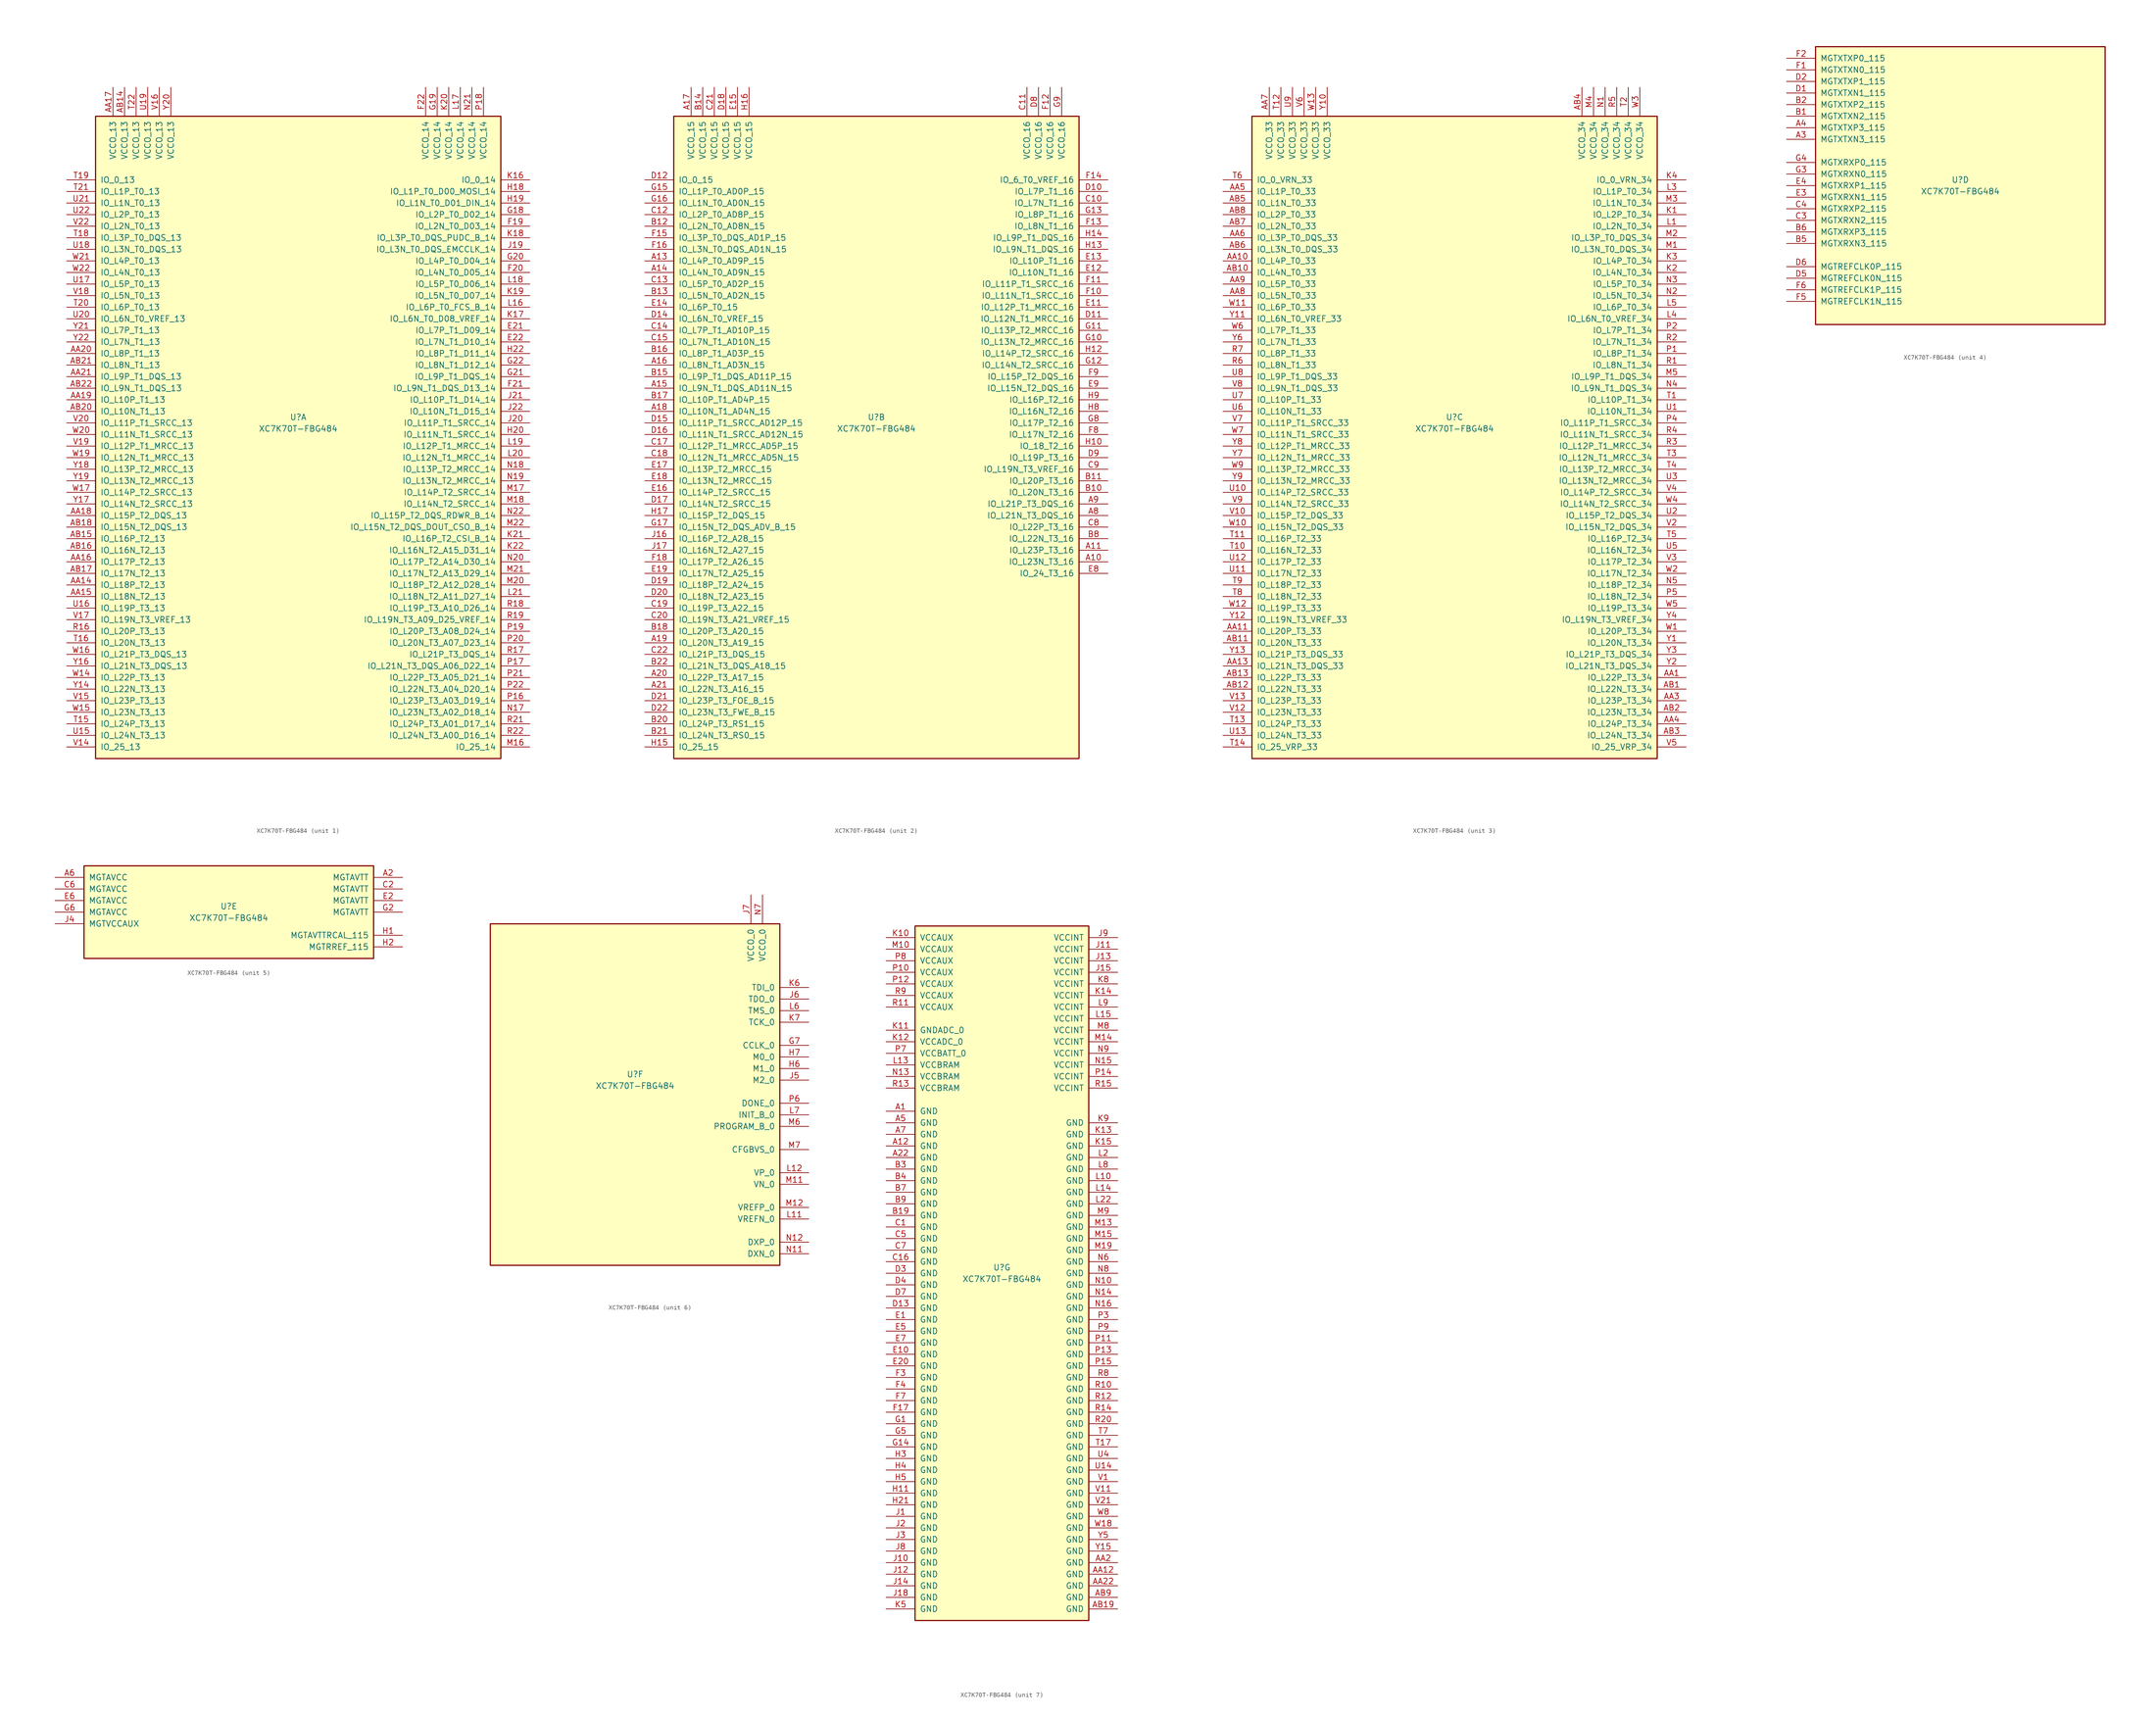
<source format=kicad_sym>
(kicad_symbol_lib
  (version 20201005)
  (generator kicad_symbol_editor)
  (symbol "XC7K70T-FBG484"
    (pin_names
      (offset 1.016))
    (property "Reference" "U"
      (at 0 1.27 0)
      (effects (font (size 1.27 1.27))))
    (property "Value" "XC7K70T-FBG484"
      (at 0 -1.27 0)
      (effects (font (size 1.27 1.27))))
    (property "Datasheet" ""
      (at 0 0 0)
      (effects (font (size 1.27 1.27))))
    (property "ki_locked" ""
      (at 0 0 0)
      (effects (font (size 1.27 1.27))))
    (symbol "XC7K70T-FBG484_1_1"
      (rectangle (start -44.45 67.31) (end 44.45 -73.66) (stroke (width 0.254)) (fill (type background)))
      (pin bidirectional line (at -50.8 -35.56 0) (length 6.35) (name "IO_L18P_T2_13" (effects (font (size 1.27 1.27)))) (number "AA14" (effects (font (size 1.27 1.27)))))
      (pin bidirectional line (at -50.8 -38.1 0) (length 6.35) (name "IO_L18N_T2_13" (effects (font (size 1.27 1.27)))) (number "AA15" (effects (font (size 1.27 1.27)))))
      (pin bidirectional line (at -50.8 -30.48 0) (length 6.35) (name "IO_L17P_T2_13" (effects (font (size 1.27 1.27)))) (number "AA16" (effects (font (size 1.27 1.27)))))
      (pin power_in line (at -40.64 73.66 270) (length 6.35) (name "VCCO_13" (effects (font (size 1.27 1.27)))) (number "AA17" (effects (font (size 1.27 1.27)))))
      (pin bidirectional line (at -50.8 -20.32 0) (length 6.35) (name "IO_L15P_T2_DQS_13" (effects (font (size 1.27 1.27)))) (number "AA18" (effects (font (size 1.27 1.27)))))
      (pin bidirectional line (at -50.8 5.08 0) (length 6.35) (name "IO_L10P_T1_13" (effects (font (size 1.27 1.27)))) (number "AA19" (effects (font (size 1.27 1.27)))))
      (pin bidirectional line (at -50.8 15.24 0) (length 6.35) (name "IO_L8P_T1_13" (effects (font (size 1.27 1.27)))) (number "AA20" (effects (font (size 1.27 1.27)))))
      (pin bidirectional line (at -50.8 10.16 0) (length 6.35) (name "IO_L9P_T1_DQS_13" (effects (font (size 1.27 1.27)))) (number "AA21" (effects (font (size 1.27 1.27)))))
      (pin power_in line (at -38.1 73.66 270) (length 6.35) (name "VCCO_13" (effects (font (size 1.27 1.27)))) (number "AB14" (effects (font (size 1.27 1.27)))))
      (pin bidirectional line (at -50.8 -25.4 0) (length 6.35) (name "IO_L16P_T2_13" (effects (font (size 1.27 1.27)))) (number "AB15" (effects (font (size 1.27 1.27)))))
      (pin bidirectional line (at -50.8 -27.94 0) (length 6.35) (name "IO_L16N_T2_13" (effects (font (size 1.27 1.27)))) (number "AB16" (effects (font (size 1.27 1.27)))))
      (pin bidirectional line (at -50.8 -33.02 0) (length 6.35) (name "IO_L17N_T2_13" (effects (font (size 1.27 1.27)))) (number "AB17" (effects (font (size 1.27 1.27)))))
      (pin bidirectional line (at -50.8 -22.86 0) (length 6.35) (name "IO_L15N_T2_DQS_13" (effects (font (size 1.27 1.27)))) (number "AB18" (effects (font (size 1.27 1.27)))))
      (pin bidirectional line (at -50.8 2.54 0) (length 6.35) (name "IO_L10N_T1_13" (effects (font (size 1.27 1.27)))) (number "AB20" (effects (font (size 1.27 1.27)))))
      (pin bidirectional line (at -50.8 12.7 0) (length 6.35) (name "IO_L8N_T1_13" (effects (font (size 1.27 1.27)))) (number "AB21" (effects (font (size 1.27 1.27)))))
      (pin bidirectional line (at -50.8 7.62 0) (length 6.35) (name "IO_L9N_T1_DQS_13" (effects (font (size 1.27 1.27)))) (number "AB22" (effects (font (size 1.27 1.27)))))
      (pin bidirectional line (at 50.8 20.32 180) (length 6.35) (name "IO_L7P_T1_D09_14" (effects (font (size 1.27 1.27)))) (number "E21" (effects (font (size 1.27 1.27)))))
      (pin bidirectional line (at 50.8 17.78 180) (length 6.35) (name "IO_L7N_T1_D10_14" (effects (font (size 1.27 1.27)))) (number "E22" (effects (font (size 1.27 1.27)))))
      (pin bidirectional line (at 50.8 43.18 180) (length 6.35) (name "IO_L2N_T0_D03_14" (effects (font (size 1.27 1.27)))) (number "F19" (effects (font (size 1.27 1.27)))))
      (pin bidirectional line (at 50.8 33.02 180) (length 6.35) (name "IO_L4N_T0_D05_14" (effects (font (size 1.27 1.27)))) (number "F20" (effects (font (size 1.27 1.27)))))
      (pin bidirectional line (at 50.8 7.62 180) (length 6.35) (name "IO_L9N_T1_DQS_D13_14" (effects (font (size 1.27 1.27)))) (number "F21" (effects (font (size 1.27 1.27)))))
      (pin power_in line (at 27.94 73.66 270) (length 6.35) (name "VCCO_14" (effects (font (size 1.27 1.27)))) (number "F22" (effects (font (size 1.27 1.27)))))
      (pin bidirectional line (at 50.8 45.72 180) (length 6.35) (name "IO_L2P_T0_D02_14" (effects (font (size 1.27 1.27)))) (number "G18" (effects (font (size 1.27 1.27)))))
      (pin power_in line (at 30.48 73.66 270) (length 6.35) (name "VCCO_14" (effects (font (size 1.27 1.27)))) (number "G19" (effects (font (size 1.27 1.27)))))
      (pin bidirectional line (at 50.8 35.56 180) (length 6.35) (name "IO_L4P_T0_D04_14" (effects (font (size 1.27 1.27)))) (number "G20" (effects (font (size 1.27 1.27)))))
      (pin bidirectional line (at 50.8 10.16 180) (length 6.35) (name "IO_L9P_T1_DQS_14" (effects (font (size 1.27 1.27)))) (number "G21" (effects (font (size 1.27 1.27)))))
      (pin bidirectional line (at 50.8 12.7 180) (length 6.35) (name "IO_L8N_T1_D12_14" (effects (font (size 1.27 1.27)))) (number "G22" (effects (font (size 1.27 1.27)))))
      (pin bidirectional line (at 50.8 50.8 180) (length 6.35) (name "IO_L1P_T0_D00_MOSI_14" (effects (font (size 1.27 1.27)))) (number "H18" (effects (font (size 1.27 1.27)))))
      (pin bidirectional line (at 50.8 48.26 180) (length 6.35) (name "IO_L1N_T0_D01_DIN_14" (effects (font (size 1.27 1.27)))) (number "H19" (effects (font (size 1.27 1.27)))))
      (pin bidirectional line (at 50.8 -2.54 180) (length 6.35) (name "IO_L11N_T1_SRCC_14" (effects (font (size 1.27 1.27)))) (number "H20" (effects (font (size 1.27 1.27)))))
      (pin bidirectional line (at 50.8 15.24 180) (length 6.35) (name "IO_L8P_T1_D11_14" (effects (font (size 1.27 1.27)))) (number "H22" (effects (font (size 1.27 1.27)))))
      (pin bidirectional line (at 50.8 38.1 180) (length 6.35) (name "IO_L3N_T0_DQS_EMCCLK_14" (effects (font (size 1.27 1.27)))) (number "J19" (effects (font (size 1.27 1.27)))))
      (pin bidirectional line (at 50.8 0 180) (length 6.35) (name "IO_L11P_T1_SRCC_14" (effects (font (size 1.27 1.27)))) (number "J20" (effects (font (size 1.27 1.27)))))
      (pin bidirectional line (at 50.8 5.08 180) (length 6.35) (name "IO_L10P_T1_D14_14" (effects (font (size 1.27 1.27)))) (number "J21" (effects (font (size 1.27 1.27)))))
      (pin bidirectional line (at 50.8 2.54 180) (length 6.35) (name "IO_L10N_T1_D15_14" (effects (font (size 1.27 1.27)))) (number "J22" (effects (font (size 1.27 1.27)))))
      (pin bidirectional line (at 50.8 53.34 180) (length 6.35) (name "IO_0_14" (effects (font (size 1.27 1.27)))) (number "K16" (effects (font (size 1.27 1.27)))))
      (pin bidirectional line (at 50.8 22.86 180) (length 6.35) (name "IO_L6N_T0_D08_VREF_14" (effects (font (size 1.27 1.27)))) (number "K17" (effects (font (size 1.27 1.27)))))
      (pin bidirectional line (at 50.8 40.64 180) (length 6.35) (name "IO_L3P_T0_DQS_PUDC_B_14" (effects (font (size 1.27 1.27)))) (number "K18" (effects (font (size 1.27 1.27)))))
      (pin bidirectional line (at 50.8 27.94 180) (length 6.35) (name "IO_L5N_T0_D07_14" (effects (font (size 1.27 1.27)))) (number "K19" (effects (font (size 1.27 1.27)))))
      (pin power_in line (at 33.02 73.66 270) (length 6.35) (name "VCCO_14" (effects (font (size 1.27 1.27)))) (number "K20" (effects (font (size 1.27 1.27)))))
      (pin bidirectional line (at 50.8 -25.4 180) (length 6.35) (name "IO_L16P_T2_CSI_B_14" (effects (font (size 1.27 1.27)))) (number "K21" (effects (font (size 1.27 1.27)))))
      (pin bidirectional line (at 50.8 -27.94 180) (length 6.35) (name "IO_L16N_T2_A15_D31_14" (effects (font (size 1.27 1.27)))) (number "K22" (effects (font (size 1.27 1.27)))))
      (pin bidirectional line (at 50.8 25.4 180) (length 6.35) (name "IO_L6P_T0_FCS_B_14" (effects (font (size 1.27 1.27)))) (number "L16" (effects (font (size 1.27 1.27)))))
      (pin power_in line (at 35.56 73.66 270) (length 6.35) (name "VCCO_14" (effects (font (size 1.27 1.27)))) (number "L17" (effects (font (size 1.27 1.27)))))
      (pin bidirectional line (at 50.8 30.48 180) (length 6.35) (name "IO_L5P_T0_D06_14" (effects (font (size 1.27 1.27)))) (number "L18" (effects (font (size 1.27 1.27)))))
      (pin bidirectional line (at 50.8 -5.08 180) (length 6.35) (name "IO_L12P_T1_MRCC_14" (effects (font (size 1.27 1.27)))) (number "L19" (effects (font (size 1.27 1.27)))))
      (pin bidirectional line (at 50.8 -7.62 180) (length 6.35) (name "IO_L12N_T1_MRCC_14" (effects (font (size 1.27 1.27)))) (number "L20" (effects (font (size 1.27 1.27)))))
      (pin bidirectional line (at 50.8 -38.1 180) (length 6.35) (name "IO_L18N_T2_A11_D27_14" (effects (font (size 1.27 1.27)))) (number "L21" (effects (font (size 1.27 1.27)))))
      (pin bidirectional line (at 50.8 -71.12 180) (length 6.35) (name "IO_25_14" (effects (font (size 1.27 1.27)))) (number "M16" (effects (font (size 1.27 1.27)))))
      (pin bidirectional line (at 50.8 -15.24 180) (length 6.35) (name "IO_L14P_T2_SRCC_14" (effects (font (size 1.27 1.27)))) (number "M17" (effects (font (size 1.27 1.27)))))
      (pin bidirectional line (at 50.8 -17.78 180) (length 6.35) (name "IO_L14N_T2_SRCC_14" (effects (font (size 1.27 1.27)))) (number "M18" (effects (font (size 1.27 1.27)))))
      (pin bidirectional line (at 50.8 -35.56 180) (length 6.35) (name "IO_L18P_T2_A12_D28_14" (effects (font (size 1.27 1.27)))) (number "M20" (effects (font (size 1.27 1.27)))))
      (pin bidirectional line (at 50.8 -33.02 180) (length 6.35) (name "IO_L17N_T2_A13_D29_14" (effects (font (size 1.27 1.27)))) (number "M21" (effects (font (size 1.27 1.27)))))
      (pin bidirectional line (at 50.8 -22.86 180) (length 6.35) (name "IO_L15N_T2_DQS_DOUT_CSO_B_14" (effects (font (size 1.27 1.27)))) (number "M22" (effects (font (size 1.27 1.27)))))
      (pin bidirectional line (at 50.8 -63.5 180) (length 6.35) (name "IO_L23N_T3_A02_D18_14" (effects (font (size 1.27 1.27)))) (number "N17" (effects (font (size 1.27 1.27)))))
      (pin bidirectional line (at 50.8 -10.16 180) (length 6.35) (name "IO_L13P_T2_MRCC_14" (effects (font (size 1.27 1.27)))) (number "N18" (effects (font (size 1.27 1.27)))))
      (pin bidirectional line (at 50.8 -12.7 180) (length 6.35) (name "IO_L13N_T2_MRCC_14" (effects (font (size 1.27 1.27)))) (number "N19" (effects (font (size 1.27 1.27)))))
      (pin bidirectional line (at 50.8 -30.48 180) (length 6.35) (name "IO_L17P_T2_A14_D30_14" (effects (font (size 1.27 1.27)))) (number "N20" (effects (font (size 1.27 1.27)))))
      (pin power_in line (at 38.1 73.66 270) (length 6.35) (name "VCCO_14" (effects (font (size 1.27 1.27)))) (number "N21" (effects (font (size 1.27 1.27)))))
      (pin bidirectional line (at 50.8 -20.32 180) (length 6.35) (name "IO_L15P_T2_DQS_RDWR_B_14" (effects (font (size 1.27 1.27)))) (number "N22" (effects (font (size 1.27 1.27)))))
      (pin bidirectional line (at 50.8 -60.96 180) (length 6.35) (name "IO_L23P_T3_A03_D19_14" (effects (font (size 1.27 1.27)))) (number "P16" (effects (font (size 1.27 1.27)))))
      (pin bidirectional line (at 50.8 -53.34 180) (length 6.35) (name "IO_L21N_T3_DQS_A06_D22_14" (effects (font (size 1.27 1.27)))) (number "P17" (effects (font (size 1.27 1.27)))))
      (pin power_in line (at 40.64 73.66 270) (length 6.35) (name "VCCO_14" (effects (font (size 1.27 1.27)))) (number "P18" (effects (font (size 1.27 1.27)))))
      (pin bidirectional line (at 50.8 -45.72 180) (length 6.35) (name "IO_L20P_T3_A08_D24_14" (effects (font (size 1.27 1.27)))) (number "P19" (effects (font (size 1.27 1.27)))))
      (pin bidirectional line (at 50.8 -48.26 180) (length 6.35) (name "IO_L20N_T3_A07_D23_14" (effects (font (size 1.27 1.27)))) (number "P20" (effects (font (size 1.27 1.27)))))
      (pin bidirectional line (at 50.8 -55.88 180) (length 6.35) (name "IO_L22P_T3_A05_D21_14" (effects (font (size 1.27 1.27)))) (number "P21" (effects (font (size 1.27 1.27)))))
      (pin bidirectional line (at 50.8 -58.42 180) (length 6.35) (name "IO_L22N_T3_A04_D20_14" (effects (font (size 1.27 1.27)))) (number "P22" (effects (font (size 1.27 1.27)))))
      (pin bidirectional line (at -50.8 -45.72 0) (length 6.35) (name "IO_L20P_T3_13" (effects (font (size 1.27 1.27)))) (number "R16" (effects (font (size 1.27 1.27)))))
      (pin bidirectional line (at 50.8 -50.8 180) (length 6.35) (name "IO_L21P_T3_DQS_14" (effects (font (size 1.27 1.27)))) (number "R17" (effects (font (size 1.27 1.27)))))
      (pin bidirectional line (at 50.8 -40.64 180) (length 6.35) (name "IO_L19P_T3_A10_D26_14" (effects (font (size 1.27 1.27)))) (number "R18" (effects (font (size 1.27 1.27)))))
      (pin bidirectional line (at 50.8 -43.18 180) (length 6.35) (name "IO_L19N_T3_A09_D25_VREF_14" (effects (font (size 1.27 1.27)))) (number "R19" (effects (font (size 1.27 1.27)))))
      (pin bidirectional line (at 50.8 -66.04 180) (length 6.35) (name "IO_L24P_T3_A01_D17_14" (effects (font (size 1.27 1.27)))) (number "R21" (effects (font (size 1.27 1.27)))))
      (pin bidirectional line (at 50.8 -68.58 180) (length 6.35) (name "IO_L24N_T3_A00_D16_14" (effects (font (size 1.27 1.27)))) (number "R22" (effects (font (size 1.27 1.27)))))
      (pin bidirectional line (at -50.8 -66.04 0) (length 6.35) (name "IO_L24P_T3_13" (effects (font (size 1.27 1.27)))) (number "T15" (effects (font (size 1.27 1.27)))))
      (pin bidirectional line (at -50.8 -48.26 0) (length 6.35) (name "IO_L20N_T3_13" (effects (font (size 1.27 1.27)))) (number "T16" (effects (font (size 1.27 1.27)))))
      (pin bidirectional line (at -50.8 40.64 0) (length 6.35) (name "IO_L3P_T0_DQS_13" (effects (font (size 1.27 1.27)))) (number "T18" (effects (font (size 1.27 1.27)))))
      (pin bidirectional line (at -50.8 53.34 0) (length 6.35) (name "IO_0_13" (effects (font (size 1.27 1.27)))) (number "T19" (effects (font (size 1.27 1.27)))))
      (pin bidirectional line (at -50.8 25.4 0) (length 6.35) (name "IO_L6P_T0_13" (effects (font (size 1.27 1.27)))) (number "T20" (effects (font (size 1.27 1.27)))))
      (pin bidirectional line (at -50.8 50.8 0) (length 6.35) (name "IO_L1P_T0_13" (effects (font (size 1.27 1.27)))) (number "T21" (effects (font (size 1.27 1.27)))))
      (pin power_in line (at -35.56 73.66 270) (length 6.35) (name "VCCO_13" (effects (font (size 1.27 1.27)))) (number "T22" (effects (font (size 1.27 1.27)))))
      (pin bidirectional line (at -50.8 -68.58 0) (length 6.35) (name "IO_L24N_T3_13" (effects (font (size 1.27 1.27)))) (number "U15" (effects (font (size 1.27 1.27)))))
      (pin bidirectional line (at -50.8 -40.64 0) (length 6.35) (name "IO_L19P_T3_13" (effects (font (size 1.27 1.27)))) (number "U16" (effects (font (size 1.27 1.27)))))
      (pin bidirectional line (at -50.8 30.48 0) (length 6.35) (name "IO_L5P_T0_13" (effects (font (size 1.27 1.27)))) (number "U17" (effects (font (size 1.27 1.27)))))
      (pin bidirectional line (at -50.8 38.1 0) (length 6.35) (name "IO_L3N_T0_DQS_13" (effects (font (size 1.27 1.27)))) (number "U18" (effects (font (size 1.27 1.27)))))
      (pin power_in line (at -33.02 73.66 270) (length 6.35) (name "VCCO_13" (effects (font (size 1.27 1.27)))) (number "U19" (effects (font (size 1.27 1.27)))))
      (pin bidirectional line (at -50.8 22.86 0) (length 6.35) (name "IO_L6N_T0_VREF_13" (effects (font (size 1.27 1.27)))) (number "U20" (effects (font (size 1.27 1.27)))))
      (pin bidirectional line (at -50.8 48.26 0) (length 6.35) (name "IO_L1N_T0_13" (effects (font (size 1.27 1.27)))) (number "U21" (effects (font (size 1.27 1.27)))))
      (pin bidirectional line (at -50.8 45.72 0) (length 6.35) (name "IO_L2P_T0_13" (effects (font (size 1.27 1.27)))) (number "U22" (effects (font (size 1.27 1.27)))))
      (pin bidirectional line (at -50.8 -71.12 0) (length 6.35) (name "IO_25_13" (effects (font (size 1.27 1.27)))) (number "V14" (effects (font (size 1.27 1.27)))))
      (pin bidirectional line (at -50.8 -60.96 0) (length 6.35) (name "IO_L23P_T3_13" (effects (font (size 1.27 1.27)))) (number "V15" (effects (font (size 1.27 1.27)))))
      (pin power_in line (at -30.48 73.66 270) (length 6.35) (name "VCCO_13" (effects (font (size 1.27 1.27)))) (number "V16" (effects (font (size 1.27 1.27)))))
      (pin bidirectional line (at -50.8 -43.18 0) (length 6.35) (name "IO_L19N_T3_VREF_13" (effects (font (size 1.27 1.27)))) (number "V17" (effects (font (size 1.27 1.27)))))
      (pin bidirectional line (at -50.8 27.94 0) (length 6.35) (name "IO_L5N_T0_13" (effects (font (size 1.27 1.27)))) (number "V18" (effects (font (size 1.27 1.27)))))
      (pin bidirectional line (at -50.8 -5.08 0) (length 6.35) (name "IO_L12P_T1_MRCC_13" (effects (font (size 1.27 1.27)))) (number "V19" (effects (font (size 1.27 1.27)))))
      (pin bidirectional line (at -50.8 0 0) (length 6.35) (name "IO_L11P_T1_SRCC_13" (effects (font (size 1.27 1.27)))) (number "V20" (effects (font (size 1.27 1.27)))))
      (pin bidirectional line (at -50.8 43.18 0) (length 6.35) (name "IO_L2N_T0_13" (effects (font (size 1.27 1.27)))) (number "V22" (effects (font (size 1.27 1.27)))))
      (pin bidirectional line (at -50.8 -55.88 0) (length 6.35) (name "IO_L22P_T3_13" (effects (font (size 1.27 1.27)))) (number "W14" (effects (font (size 1.27 1.27)))))
      (pin bidirectional line (at -50.8 -63.5 0) (length 6.35) (name "IO_L23N_T3_13" (effects (font (size 1.27 1.27)))) (number "W15" (effects (font (size 1.27 1.27)))))
      (pin bidirectional line (at -50.8 -50.8 0) (length 6.35) (name "IO_L21P_T3_DQS_13" (effects (font (size 1.27 1.27)))) (number "W16" (effects (font (size 1.27 1.27)))))
      (pin bidirectional line (at -50.8 -15.24 0) (length 6.35) (name "IO_L14P_T2_SRCC_13" (effects (font (size 1.27 1.27)))) (number "W17" (effects (font (size 1.27 1.27)))))
      (pin bidirectional line (at -50.8 -7.62 0) (length 6.35) (name "IO_L12N_T1_MRCC_13" (effects (font (size 1.27 1.27)))) (number "W19" (effects (font (size 1.27 1.27)))))
      (pin bidirectional line (at -50.8 -2.54 0) (length 6.35) (name "IO_L11N_T1_SRCC_13" (effects (font (size 1.27 1.27)))) (number "W20" (effects (font (size 1.27 1.27)))))
      (pin bidirectional line (at -50.8 35.56 0) (length 6.35) (name "IO_L4P_T0_13" (effects (font (size 1.27 1.27)))) (number "W21" (effects (font (size 1.27 1.27)))))
      (pin bidirectional line (at -50.8 33.02 0) (length 6.35) (name "IO_L4N_T0_13" (effects (font (size 1.27 1.27)))) (number "W22" (effects (font (size 1.27 1.27)))))
      (pin bidirectional line (at -50.8 -58.42 0) (length 6.35) (name "IO_L22N_T3_13" (effects (font (size 1.27 1.27)))) (number "Y14" (effects (font (size 1.27 1.27)))))
      (pin bidirectional line (at -50.8 -53.34 0) (length 6.35) (name "IO_L21N_T3_DQS_13" (effects (font (size 1.27 1.27)))) (number "Y16" (effects (font (size 1.27 1.27)))))
      (pin bidirectional line (at -50.8 -17.78 0) (length 6.35) (name "IO_L14N_T2_SRCC_13" (effects (font (size 1.27 1.27)))) (number "Y17" (effects (font (size 1.27 1.27)))))
      (pin bidirectional line (at -50.8 -10.16 0) (length 6.35) (name "IO_L13P_T2_MRCC_13" (effects (font (size 1.27 1.27)))) (number "Y18" (effects (font (size 1.27 1.27)))))
      (pin bidirectional line (at -50.8 -12.7 0) (length 6.35) (name "IO_L13N_T2_MRCC_13" (effects (font (size 1.27 1.27)))) (number "Y19" (effects (font (size 1.27 1.27)))))
      (pin power_in line (at -27.94 73.66 270) (length 6.35) (name "VCCO_13" (effects (font (size 1.27 1.27)))) (number "Y20" (effects (font (size 1.27 1.27)))))
      (pin bidirectional line (at -50.8 20.32 0) (length 6.35) (name "IO_L7P_T1_13" (effects (font (size 1.27 1.27)))) (number "Y21" (effects (font (size 1.27 1.27)))))
      (pin bidirectional line (at -50.8 17.78 0) (length 6.35) (name "IO_L7N_T1_13" (effects (font (size 1.27 1.27)))) (number "Y22" (effects (font (size 1.27 1.27))))))
    (symbol "XC7K70T-FBG484_2_1"
      (rectangle (start -44.45 67.31) (end 44.45 -73.66) (stroke (width 0.254)) (fill (type background)))
      (pin bidirectional line (at 50.8 -30.48 180) (length 6.35) (name "IO_L23N_T3_16" (effects (font (size 1.27 1.27)))) (number "A10" (effects (font (size 1.27 1.27)))))
      (pin bidirectional line (at 50.8 -27.94 180) (length 6.35) (name "IO_L23P_T3_16" (effects (font (size 1.27 1.27)))) (number "A11" (effects (font (size 1.27 1.27)))))
      (pin bidirectional line (at -50.8 35.56 0) (length 6.35) (name "IO_L4P_T0_AD9P_15" (effects (font (size 1.27 1.27)))) (number "A13" (effects (font (size 1.27 1.27)))))
      (pin bidirectional line (at -50.8 33.02 0) (length 6.35) (name "IO_L4N_T0_AD9N_15" (effects (font (size 1.27 1.27)))) (number "A14" (effects (font (size 1.27 1.27)))))
      (pin bidirectional line (at -50.8 7.62 0) (length 6.35) (name "IO_L9N_T1_DQS_AD11N_15" (effects (font (size 1.27 1.27)))) (number "A15" (effects (font (size 1.27 1.27)))))
      (pin bidirectional line (at -50.8 12.7 0) (length 6.35) (name "IO_L8N_T1_AD3N_15" (effects (font (size 1.27 1.27)))) (number "A16" (effects (font (size 1.27 1.27)))))
      (pin power_in line (at -40.64 73.66 270) (length 6.35) (name "VCCO_15" (effects (font (size 1.27 1.27)))) (number "A17" (effects (font (size 1.27 1.27)))))
      (pin bidirectional line (at -50.8 2.54 0) (length 6.35) (name "IO_L10N_T1_AD4N_15" (effects (font (size 1.27 1.27)))) (number "A18" (effects (font (size 1.27 1.27)))))
      (pin bidirectional line (at -50.8 -48.26 0) (length 6.35) (name "IO_L20N_T3_A19_15" (effects (font (size 1.27 1.27)))) (number "A19" (effects (font (size 1.27 1.27)))))
      (pin bidirectional line (at -50.8 -55.88 0) (length 6.35) (name "IO_L22P_T3_A17_15" (effects (font (size 1.27 1.27)))) (number "A20" (effects (font (size 1.27 1.27)))))
      (pin bidirectional line (at -50.8 -58.42 0) (length 6.35) (name "IO_L22N_T3_A16_15" (effects (font (size 1.27 1.27)))) (number "A21" (effects (font (size 1.27 1.27)))))
      (pin bidirectional line (at 50.8 -20.32 180) (length 6.35) (name "IO_L21N_T3_DQS_16" (effects (font (size 1.27 1.27)))) (number "A8" (effects (font (size 1.27 1.27)))))
      (pin bidirectional line (at 50.8 -17.78 180) (length 6.35) (name "IO_L21P_T3_DQS_16" (effects (font (size 1.27 1.27)))) (number "A9" (effects (font (size 1.27 1.27)))))
      (pin bidirectional line (at 50.8 -15.24 180) (length 6.35) (name "IO_L20N_T3_16" (effects (font (size 1.27 1.27)))) (number "B10" (effects (font (size 1.27 1.27)))))
      (pin bidirectional line (at 50.8 -12.7 180) (length 6.35) (name "IO_L20P_T3_16" (effects (font (size 1.27 1.27)))) (number "B11" (effects (font (size 1.27 1.27)))))
      (pin bidirectional line (at -50.8 43.18 0) (length 6.35) (name "IO_L2N_T0_AD8N_15" (effects (font (size 1.27 1.27)))) (number "B12" (effects (font (size 1.27 1.27)))))
      (pin bidirectional line (at -50.8 27.94 0) (length 6.35) (name "IO_L5N_T0_AD2N_15" (effects (font (size 1.27 1.27)))) (number "B13" (effects (font (size 1.27 1.27)))))
      (pin power_in line (at -38.1 73.66 270) (length 6.35) (name "VCCO_15" (effects (font (size 1.27 1.27)))) (number "B14" (effects (font (size 1.27 1.27)))))
      (pin bidirectional line (at -50.8 10.16 0) (length 6.35) (name "IO_L9P_T1_DQS_AD11P_15" (effects (font (size 1.27 1.27)))) (number "B15" (effects (font (size 1.27 1.27)))))
      (pin bidirectional line (at -50.8 15.24 0) (length 6.35) (name "IO_L8P_T1_AD3P_15" (effects (font (size 1.27 1.27)))) (number "B16" (effects (font (size 1.27 1.27)))))
      (pin bidirectional line (at -50.8 5.08 0) (length 6.35) (name "IO_L10P_T1_AD4P_15" (effects (font (size 1.27 1.27)))) (number "B17" (effects (font (size 1.27 1.27)))))
      (pin bidirectional line (at -50.8 -45.72 0) (length 6.35) (name "IO_L20P_T3_A20_15" (effects (font (size 1.27 1.27)))) (number "B18" (effects (font (size 1.27 1.27)))))
      (pin bidirectional line (at -50.8 -66.04 0) (length 6.35) (name "IO_L24P_T3_RS1_15" (effects (font (size 1.27 1.27)))) (number "B20" (effects (font (size 1.27 1.27)))))
      (pin bidirectional line (at -50.8 -68.58 0) (length 6.35) (name "IO_L24N_T3_RS0_15" (effects (font (size 1.27 1.27)))) (number "B21" (effects (font (size 1.27 1.27)))))
      (pin bidirectional line (at -50.8 -53.34 0) (length 6.35) (name "IO_L21N_T3_DQS_A18_15" (effects (font (size 1.27 1.27)))) (number "B22" (effects (font (size 1.27 1.27)))))
      (pin bidirectional line (at 50.8 -25.4 180) (length 6.35) (name "IO_L22N_T3_16" (effects (font (size 1.27 1.27)))) (number "B8" (effects (font (size 1.27 1.27)))))
      (pin bidirectional line (at 50.8 48.26 180) (length 6.35) (name "IO_L7N_T1_16" (effects (font (size 1.27 1.27)))) (number "C10" (effects (font (size 1.27 1.27)))))
      (pin power_in line (at 33.02 73.66 270) (length 6.35) (name "VCCO_16" (effects (font (size 1.27 1.27)))) (number "C11" (effects (font (size 1.27 1.27)))))
      (pin bidirectional line (at -50.8 45.72 0) (length 6.35) (name "IO_L2P_T0_AD8P_15" (effects (font (size 1.27 1.27)))) (number "C12" (effects (font (size 1.27 1.27)))))
      (pin bidirectional line (at -50.8 30.48 0) (length 6.35) (name "IO_L5P_T0_AD2P_15" (effects (font (size 1.27 1.27)))) (number "C13" (effects (font (size 1.27 1.27)))))
      (pin bidirectional line (at -50.8 20.32 0) (length 6.35) (name "IO_L7P_T1_AD10P_15" (effects (font (size 1.27 1.27)))) (number "C14" (effects (font (size 1.27 1.27)))))
      (pin bidirectional line (at -50.8 17.78 0) (length 6.35) (name "IO_L7N_T1_AD10N_15" (effects (font (size 1.27 1.27)))) (number "C15" (effects (font (size 1.27 1.27)))))
      (pin bidirectional line (at -50.8 -5.08 0) (length 6.35) (name "IO_L12P_T1_MRCC_AD5P_15" (effects (font (size 1.27 1.27)))) (number "C17" (effects (font (size 1.27 1.27)))))
      (pin bidirectional line (at -50.8 -7.62 0) (length 6.35) (name "IO_L12N_T1_MRCC_AD5N_15" (effects (font (size 1.27 1.27)))) (number "C18" (effects (font (size 1.27 1.27)))))
      (pin bidirectional line (at -50.8 -40.64 0) (length 6.35) (name "IO_L19P_T3_A22_15" (effects (font (size 1.27 1.27)))) (number "C19" (effects (font (size 1.27 1.27)))))
      (pin bidirectional line (at -50.8 -43.18 0) (length 6.35) (name "IO_L19N_T3_A21_VREF_15" (effects (font (size 1.27 1.27)))) (number "C20" (effects (font (size 1.27 1.27)))))
      (pin power_in line (at -35.56 73.66 270) (length 6.35) (name "VCCO_15" (effects (font (size 1.27 1.27)))) (number "C21" (effects (font (size 1.27 1.27)))))
      (pin bidirectional line (at -50.8 -50.8 0) (length 6.35) (name "IO_L21P_T3_DQS_15" (effects (font (size 1.27 1.27)))) (number "C22" (effects (font (size 1.27 1.27)))))
      (pin bidirectional line (at 50.8 -22.86 180) (length 6.35) (name "IO_L22P_T3_16" (effects (font (size 1.27 1.27)))) (number "C8" (effects (font (size 1.27 1.27)))))
      (pin bidirectional line (at 50.8 -10.16 180) (length 6.35) (name "IO_L19N_T3_VREF_16" (effects (font (size 1.27 1.27)))) (number "C9" (effects (font (size 1.27 1.27)))))
      (pin bidirectional line (at 50.8 50.8 180) (length 6.35) (name "IO_L7P_T1_16" (effects (font (size 1.27 1.27)))) (number "D10" (effects (font (size 1.27 1.27)))))
      (pin bidirectional line (at 50.8 22.86 180) (length 6.35) (name "IO_L12N_T1_MRCC_16" (effects (font (size 1.27 1.27)))) (number "D11" (effects (font (size 1.27 1.27)))))
      (pin bidirectional line (at -50.8 53.34 0) (length 6.35) (name "IO_0_15" (effects (font (size 1.27 1.27)))) (number "D12" (effects (font (size 1.27 1.27)))))
      (pin bidirectional line (at -50.8 22.86 0) (length 6.35) (name "IO_L6N_T0_VREF_15" (effects (font (size 1.27 1.27)))) (number "D14" (effects (font (size 1.27 1.27)))))
      (pin bidirectional line (at -50.8 0 0) (length 6.35) (name "IO_L11P_T1_SRCC_AD12P_15" (effects (font (size 1.27 1.27)))) (number "D15" (effects (font (size 1.27 1.27)))))
      (pin bidirectional line (at -50.8 -2.54 0) (length 6.35) (name "IO_L11N_T1_SRCC_AD12N_15" (effects (font (size 1.27 1.27)))) (number "D16" (effects (font (size 1.27 1.27)))))
      (pin bidirectional line (at -50.8 -17.78 0) (length 6.35) (name "IO_L14N_T2_SRCC_15" (effects (font (size 1.27 1.27)))) (number "D17" (effects (font (size 1.27 1.27)))))
      (pin power_in line (at -33.02 73.66 270) (length 6.35) (name "VCCO_15" (effects (font (size 1.27 1.27)))) (number "D18" (effects (font (size 1.27 1.27)))))
      (pin bidirectional line (at -50.8 -35.56 0) (length 6.35) (name "IO_L18P_T2_A24_15" (effects (font (size 1.27 1.27)))) (number "D19" (effects (font (size 1.27 1.27)))))
      (pin bidirectional line (at -50.8 -38.1 0) (length 6.35) (name "IO_L18N_T2_A23_15" (effects (font (size 1.27 1.27)))) (number "D20" (effects (font (size 1.27 1.27)))))
      (pin bidirectional line (at -50.8 -60.96 0) (length 6.35) (name "IO_L23P_T3_FOE_B_15" (effects (font (size 1.27 1.27)))) (number "D21" (effects (font (size 1.27 1.27)))))
      (pin bidirectional line (at -50.8 -63.5 0) (length 6.35) (name "IO_L23N_T3_FWE_B_15" (effects (font (size 1.27 1.27)))) (number "D22" (effects (font (size 1.27 1.27)))))
      (pin power_in line (at 35.56 73.66 270) (length 6.35) (name "VCCO_16" (effects (font (size 1.27 1.27)))) (number "D8" (effects (font (size 1.27 1.27)))))
      (pin bidirectional line (at 50.8 -7.62 180) (length 6.35) (name "IO_L19P_T3_16" (effects (font (size 1.27 1.27)))) (number "D9" (effects (font (size 1.27 1.27)))))
      (pin bidirectional line (at 50.8 25.4 180) (length 6.35) (name "IO_L12P_T1_MRCC_16" (effects (font (size 1.27 1.27)))) (number "E11" (effects (font (size 1.27 1.27)))))
      (pin bidirectional line (at 50.8 33.02 180) (length 6.35) (name "IO_L10N_T1_16" (effects (font (size 1.27 1.27)))) (number "E12" (effects (font (size 1.27 1.27)))))
      (pin bidirectional line (at 50.8 35.56 180) (length 6.35) (name "IO_L10P_T1_16" (effects (font (size 1.27 1.27)))) (number "E13" (effects (font (size 1.27 1.27)))))
      (pin bidirectional line (at -50.8 25.4 0) (length 6.35) (name "IO_L6P_T0_15" (effects (font (size 1.27 1.27)))) (number "E14" (effects (font (size 1.27 1.27)))))
      (pin power_in line (at -30.48 73.66 270) (length 6.35) (name "VCCO_15" (effects (font (size 1.27 1.27)))) (number "E15" (effects (font (size 1.27 1.27)))))
      (pin bidirectional line (at -50.8 -15.24 0) (length 6.35) (name "IO_L14P_T2_SRCC_15" (effects (font (size 1.27 1.27)))) (number "E16" (effects (font (size 1.27 1.27)))))
      (pin bidirectional line (at -50.8 -10.16 0) (length 6.35) (name "IO_L13P_T2_MRCC_15" (effects (font (size 1.27 1.27)))) (number "E17" (effects (font (size 1.27 1.27)))))
      (pin bidirectional line (at -50.8 -12.7 0) (length 6.35) (name "IO_L13N_T2_MRCC_15" (effects (font (size 1.27 1.27)))) (number "E18" (effects (font (size 1.27 1.27)))))
      (pin bidirectional line (at -50.8 -33.02 0) (length 6.35) (name "IO_L17N_T2_A25_15" (effects (font (size 1.27 1.27)))) (number "E19" (effects (font (size 1.27 1.27)))))
      (pin bidirectional line (at 50.8 -33.02 180) (length 6.35) (name "IO_24_T3_16" (effects (font (size 1.27 1.27)))) (number "E8" (effects (font (size 1.27 1.27)))))
      (pin bidirectional line (at 50.8 7.62 180) (length 6.35) (name "IO_L15N_T2_DQS_16" (effects (font (size 1.27 1.27)))) (number "E9" (effects (font (size 1.27 1.27)))))
      (pin bidirectional line (at 50.8 27.94 180) (length 6.35) (name "IO_L11N_T1_SRCC_16" (effects (font (size 1.27 1.27)))) (number "F10" (effects (font (size 1.27 1.27)))))
      (pin bidirectional line (at 50.8 30.48 180) (length 6.35) (name "IO_L11P_T1_SRCC_16" (effects (font (size 1.27 1.27)))) (number "F11" (effects (font (size 1.27 1.27)))))
      (pin power_in line (at 38.1 73.66 270) (length 6.35) (name "VCCO_16" (effects (font (size 1.27 1.27)))) (number "F12" (effects (font (size 1.27 1.27)))))
      (pin bidirectional line (at 50.8 43.18 180) (length 6.35) (name "IO_L8N_T1_16" (effects (font (size 1.27 1.27)))) (number "F13" (effects (font (size 1.27 1.27)))))
      (pin bidirectional line (at 50.8 53.34 180) (length 6.35) (name "IO_6_T0_VREF_16" (effects (font (size 1.27 1.27)))) (number "F14" (effects (font (size 1.27 1.27)))))
      (pin bidirectional line (at -50.8 40.64 0) (length 6.35) (name "IO_L3P_T0_DQS_AD1P_15" (effects (font (size 1.27 1.27)))) (number "F15" (effects (font (size 1.27 1.27)))))
      (pin bidirectional line (at -50.8 38.1 0) (length 6.35) (name "IO_L3N_T0_DQS_AD1N_15" (effects (font (size 1.27 1.27)))) (number "F16" (effects (font (size 1.27 1.27)))))
      (pin bidirectional line (at -50.8 -30.48 0) (length 6.35) (name "IO_L17P_T2_A26_15" (effects (font (size 1.27 1.27)))) (number "F18" (effects (font (size 1.27 1.27)))))
      (pin bidirectional line (at 50.8 -2.54 180) (length 6.35) (name "IO_L17N_T2_16" (effects (font (size 1.27 1.27)))) (number "F8" (effects (font (size 1.27 1.27)))))
      (pin bidirectional line (at 50.8 10.16 180) (length 6.35) (name "IO_L15P_T2_DQS_16" (effects (font (size 1.27 1.27)))) (number "F9" (effects (font (size 1.27 1.27)))))
      (pin bidirectional line (at 50.8 17.78 180) (length 6.35) (name "IO_L13N_T2_MRCC_16" (effects (font (size 1.27 1.27)))) (number "G10" (effects (font (size 1.27 1.27)))))
      (pin bidirectional line (at 50.8 20.32 180) (length 6.35) (name "IO_L13P_T2_MRCC_16" (effects (font (size 1.27 1.27)))) (number "G11" (effects (font (size 1.27 1.27)))))
      (pin bidirectional line (at 50.8 12.7 180) (length 6.35) (name "IO_L14N_T2_SRCC_16" (effects (font (size 1.27 1.27)))) (number "G12" (effects (font (size 1.27 1.27)))))
      (pin bidirectional line (at 50.8 45.72 180) (length 6.35) (name "IO_L8P_T1_16" (effects (font (size 1.27 1.27)))) (number "G13" (effects (font (size 1.27 1.27)))))
      (pin bidirectional line (at -50.8 50.8 0) (length 6.35) (name "IO_L1P_T0_AD0P_15" (effects (font (size 1.27 1.27)))) (number "G15" (effects (font (size 1.27 1.27)))))
      (pin bidirectional line (at -50.8 48.26 0) (length 6.35) (name "IO_L1N_T0_AD0N_15" (effects (font (size 1.27 1.27)))) (number "G16" (effects (font (size 1.27 1.27)))))
      (pin bidirectional line (at -50.8 -22.86 0) (length 6.35) (name "IO_L15N_T2_DQS_ADV_B_15" (effects (font (size 1.27 1.27)))) (number "G17" (effects (font (size 1.27 1.27)))))
      (pin bidirectional line (at 50.8 0 180) (length 6.35) (name "IO_L17P_T2_16" (effects (font (size 1.27 1.27)))) (number "G8" (effects (font (size 1.27 1.27)))))
      (pin power_in line (at 40.64 73.66 270) (length 6.35) (name "VCCO_16" (effects (font (size 1.27 1.27)))) (number "G9" (effects (font (size 1.27 1.27)))))
      (pin bidirectional line (at 50.8 -5.08 180) (length 6.35) (name "IO_18_T2_16" (effects (font (size 1.27 1.27)))) (number "H10" (effects (font (size 1.27 1.27)))))
      (pin bidirectional line (at 50.8 15.24 180) (length 6.35) (name "IO_L14P_T2_SRCC_16" (effects (font (size 1.27 1.27)))) (number "H12" (effects (font (size 1.27 1.27)))))
      (pin bidirectional line (at 50.8 38.1 180) (length 6.35) (name "IO_L9N_T1_DQS_16" (effects (font (size 1.27 1.27)))) (number "H13" (effects (font (size 1.27 1.27)))))
      (pin bidirectional line (at 50.8 40.64 180) (length 6.35) (name "IO_L9P_T1_DQS_16" (effects (font (size 1.27 1.27)))) (number "H14" (effects (font (size 1.27 1.27)))))
      (pin bidirectional line (at -50.8 -71.12 0) (length 6.35) (name "IO_25_15" (effects (font (size 1.27 1.27)))) (number "H15" (effects (font (size 1.27 1.27)))))
      (pin power_in line (at -27.94 73.66 270) (length 6.35) (name "VCCO_15" (effects (font (size 1.27 1.27)))) (number "H16" (effects (font (size 1.27 1.27)))))
      (pin bidirectional line (at -50.8 -20.32 0) (length 6.35) (name "IO_L15P_T2_DQS_15" (effects (font (size 1.27 1.27)))) (number "H17" (effects (font (size 1.27 1.27)))))
      (pin bidirectional line (at 50.8 2.54 180) (length 6.35) (name "IO_L16N_T2_16" (effects (font (size 1.27 1.27)))) (number "H8" (effects (font (size 1.27 1.27)))))
      (pin bidirectional line (at 50.8 5.08 180) (length 6.35) (name "IO_L16P_T2_16" (effects (font (size 1.27 1.27)))) (number "H9" (effects (font (size 1.27 1.27)))))
      (pin bidirectional line (at -50.8 -25.4 0) (length 6.35) (name "IO_L16P_T2_A28_15" (effects (font (size 1.27 1.27)))) (number "J16" (effects (font (size 1.27 1.27)))))
      (pin bidirectional line (at -50.8 -27.94 0) (length 6.35) (name "IO_L16N_T2_A27_15" (effects (font (size 1.27 1.27)))) (number "J17" (effects (font (size 1.27 1.27))))))
    (symbol "XC7K70T-FBG484_3_1"
      (rectangle (start -44.45 67.31) (end 44.45 -73.66) (stroke (width 0.254)) (fill (type background)))
      (pin bidirectional line (at 50.8 -55.88 180) (length 6.35) (name "IO_L22P_T3_34" (effects (font (size 1.27 1.27)))) (number "AA1" (effects (font (size 1.27 1.27)))))
      (pin bidirectional line (at -50.8 35.56 0) (length 6.35) (name "IO_L4P_T0_33" (effects (font (size 1.27 1.27)))) (number "AA10" (effects (font (size 1.27 1.27)))))
      (pin bidirectional line (at -50.8 -45.72 0) (length 6.35) (name "IO_L20P_T3_33" (effects (font (size 1.27 1.27)))) (number "AA11" (effects (font (size 1.27 1.27)))))
      (pin bidirectional line (at -50.8 -53.34 0) (length 6.35) (name "IO_L21N_T3_DQS_33" (effects (font (size 1.27 1.27)))) (number "AA13" (effects (font (size 1.27 1.27)))))
      (pin bidirectional line (at 50.8 -60.96 180) (length 6.35) (name "IO_L23P_T3_34" (effects (font (size 1.27 1.27)))) (number "AA3" (effects (font (size 1.27 1.27)))))
      (pin bidirectional line (at 50.8 -66.04 180) (length 6.35) (name "IO_L24P_T3_34" (effects (font (size 1.27 1.27)))) (number "AA4" (effects (font (size 1.27 1.27)))))
      (pin bidirectional line (at -50.8 50.8 0) (length 6.35) (name "IO_L1P_T0_33" (effects (font (size 1.27 1.27)))) (number "AA5" (effects (font (size 1.27 1.27)))))
      (pin bidirectional line (at -50.8 40.64 0) (length 6.35) (name "IO_L3P_T0_DQS_33" (effects (font (size 1.27 1.27)))) (number "AA6" (effects (font (size 1.27 1.27)))))
      (pin power_in line (at -40.64 73.66 270) (length 6.35) (name "VCCO_33" (effects (font (size 1.27 1.27)))) (number "AA7" (effects (font (size 1.27 1.27)))))
      (pin bidirectional line (at -50.8 27.94 0) (length 6.35) (name "IO_L5N_T0_33" (effects (font (size 1.27 1.27)))) (number "AA8" (effects (font (size 1.27 1.27)))))
      (pin bidirectional line (at -50.8 30.48 0) (length 6.35) (name "IO_L5P_T0_33" (effects (font (size 1.27 1.27)))) (number "AA9" (effects (font (size 1.27 1.27)))))
      (pin bidirectional line (at 50.8 -58.42 180) (length 6.35) (name "IO_L22N_T3_34" (effects (font (size 1.27 1.27)))) (number "AB1" (effects (font (size 1.27 1.27)))))
      (pin bidirectional line (at -50.8 33.02 0) (length 6.35) (name "IO_L4N_T0_33" (effects (font (size 1.27 1.27)))) (number "AB10" (effects (font (size 1.27 1.27)))))
      (pin bidirectional line (at -50.8 -48.26 0) (length 6.35) (name "IO_L20N_T3_33" (effects (font (size 1.27 1.27)))) (number "AB11" (effects (font (size 1.27 1.27)))))
      (pin bidirectional line (at -50.8 -58.42 0) (length 6.35) (name "IO_L22N_T3_33" (effects (font (size 1.27 1.27)))) (number "AB12" (effects (font (size 1.27 1.27)))))
      (pin bidirectional line (at -50.8 -55.88 0) (length 6.35) (name "IO_L22P_T3_33" (effects (font (size 1.27 1.27)))) (number "AB13" (effects (font (size 1.27 1.27)))))
      (pin bidirectional line (at 50.8 -63.5 180) (length 6.35) (name "IO_L23N_T3_34" (effects (font (size 1.27 1.27)))) (number "AB2" (effects (font (size 1.27 1.27)))))
      (pin bidirectional line (at 50.8 -68.58 180) (length 6.35) (name "IO_L24N_T3_34" (effects (font (size 1.27 1.27)))) (number "AB3" (effects (font (size 1.27 1.27)))))
      (pin power_in line (at 27.94 73.66 270) (length 6.35) (name "VCCO_34" (effects (font (size 1.27 1.27)))) (number "AB4" (effects (font (size 1.27 1.27)))))
      (pin bidirectional line (at -50.8 48.26 0) (length 6.35) (name "IO_L1N_T0_33" (effects (font (size 1.27 1.27)))) (number "AB5" (effects (font (size 1.27 1.27)))))
      (pin bidirectional line (at -50.8 38.1 0) (length 6.35) (name "IO_L3N_T0_DQS_33" (effects (font (size 1.27 1.27)))) (number "AB6" (effects (font (size 1.27 1.27)))))
      (pin bidirectional line (at -50.8 43.18 0) (length 6.35) (name "IO_L2N_T0_33" (effects (font (size 1.27 1.27)))) (number "AB7" (effects (font (size 1.27 1.27)))))
      (pin bidirectional line (at -50.8 45.72 0) (length 6.35) (name "IO_L2P_T0_33" (effects (font (size 1.27 1.27)))) (number "AB8" (effects (font (size 1.27 1.27)))))
      (pin bidirectional line (at 50.8 45.72 180) (length 6.35) (name "IO_L2P_T0_34" (effects (font (size 1.27 1.27)))) (number "K1" (effects (font (size 1.27 1.27)))))
      (pin bidirectional line (at 50.8 33.02 180) (length 6.35) (name "IO_L4N_T0_34" (effects (font (size 1.27 1.27)))) (number "K2" (effects (font (size 1.27 1.27)))))
      (pin bidirectional line (at 50.8 35.56 180) (length 6.35) (name "IO_L4P_T0_34" (effects (font (size 1.27 1.27)))) (number "K3" (effects (font (size 1.27 1.27)))))
      (pin bidirectional line (at 50.8 53.34 180) (length 6.35) (name "IO_0_VRN_34" (effects (font (size 1.27 1.27)))) (number "K4" (effects (font (size 1.27 1.27)))))
      (pin bidirectional line (at 50.8 43.18 180) (length 6.35) (name "IO_L2N_T0_34" (effects (font (size 1.27 1.27)))) (number "L1" (effects (font (size 1.27 1.27)))))
      (pin bidirectional line (at 50.8 50.8 180) (length 6.35) (name "IO_L1P_T0_34" (effects (font (size 1.27 1.27)))) (number "L3" (effects (font (size 1.27 1.27)))))
      (pin bidirectional line (at 50.8 22.86 180) (length 6.35) (name "IO_L6N_T0_VREF_34" (effects (font (size 1.27 1.27)))) (number "L4" (effects (font (size 1.27 1.27)))))
      (pin bidirectional line (at 50.8 25.4 180) (length 6.35) (name "IO_L6P_T0_34" (effects (font (size 1.27 1.27)))) (number "L5" (effects (font (size 1.27 1.27)))))
      (pin bidirectional line (at 50.8 38.1 180) (length 6.35) (name "IO_L3N_T0_DQS_34" (effects (font (size 1.27 1.27)))) (number "M1" (effects (font (size 1.27 1.27)))))
      (pin bidirectional line (at 50.8 40.64 180) (length 6.35) (name "IO_L3P_T0_DQS_34" (effects (font (size 1.27 1.27)))) (number "M2" (effects (font (size 1.27 1.27)))))
      (pin bidirectional line (at 50.8 48.26 180) (length 6.35) (name "IO_L1N_T0_34" (effects (font (size 1.27 1.27)))) (number "M3" (effects (font (size 1.27 1.27)))))
      (pin power_in line (at 30.48 73.66 270) (length 6.35) (name "VCCO_34" (effects (font (size 1.27 1.27)))) (number "M4" (effects (font (size 1.27 1.27)))))
      (pin bidirectional line (at 50.8 10.16 180) (length 6.35) (name "IO_L9P_T1_DQS_34" (effects (font (size 1.27 1.27)))) (number "M5" (effects (font (size 1.27 1.27)))))
      (pin power_in line (at 33.02 73.66 270) (length 6.35) (name "VCCO_34" (effects (font (size 1.27 1.27)))) (number "N1" (effects (font (size 1.27 1.27)))))
      (pin bidirectional line (at 50.8 27.94 180) (length 6.35) (name "IO_L5N_T0_34" (effects (font (size 1.27 1.27)))) (number "N2" (effects (font (size 1.27 1.27)))))
      (pin bidirectional line (at 50.8 30.48 180) (length 6.35) (name "IO_L5P_T0_34" (effects (font (size 1.27 1.27)))) (number "N3" (effects (font (size 1.27 1.27)))))
      (pin bidirectional line (at 50.8 7.62 180) (length 6.35) (name "IO_L9N_T1_DQS_34" (effects (font (size 1.27 1.27)))) (number "N4" (effects (font (size 1.27 1.27)))))
      (pin bidirectional line (at 50.8 -35.56 180) (length 6.35) (name "IO_L18P_T2_34" (effects (font (size 1.27 1.27)))) (number "N5" (effects (font (size 1.27 1.27)))))
      (pin bidirectional line (at 50.8 15.24 180) (length 6.35) (name "IO_L8P_T1_34" (effects (font (size 1.27 1.27)))) (number "P1" (effects (font (size 1.27 1.27)))))
      (pin bidirectional line (at 50.8 20.32 180) (length 6.35) (name "IO_L7P_T1_34" (effects (font (size 1.27 1.27)))) (number "P2" (effects (font (size 1.27 1.27)))))
      (pin bidirectional line (at 50.8 0 180) (length 6.35) (name "IO_L11P_T1_SRCC_34" (effects (font (size 1.27 1.27)))) (number "P4" (effects (font (size 1.27 1.27)))))
      (pin bidirectional line (at 50.8 -38.1 180) (length 6.35) (name "IO_L18N_T2_34" (effects (font (size 1.27 1.27)))) (number "P5" (effects (font (size 1.27 1.27)))))
      (pin bidirectional line (at 50.8 12.7 180) (length 6.35) (name "IO_L8N_T1_34" (effects (font (size 1.27 1.27)))) (number "R1" (effects (font (size 1.27 1.27)))))
      (pin bidirectional line (at 50.8 17.78 180) (length 6.35) (name "IO_L7N_T1_34" (effects (font (size 1.27 1.27)))) (number "R2" (effects (font (size 1.27 1.27)))))
      (pin bidirectional line (at 50.8 -5.08 180) (length 6.35) (name "IO_L12P_T1_MRCC_34" (effects (font (size 1.27 1.27)))) (number "R3" (effects (font (size 1.27 1.27)))))
      (pin bidirectional line (at 50.8 -2.54 180) (length 6.35) (name "IO_L11N_T1_SRCC_34" (effects (font (size 1.27 1.27)))) (number "R4" (effects (font (size 1.27 1.27)))))
      (pin power_in line (at 35.56 73.66 270) (length 6.35) (name "VCCO_34" (effects (font (size 1.27 1.27)))) (number "R5" (effects (font (size 1.27 1.27)))))
      (pin bidirectional line (at -50.8 12.7 0) (length 6.35) (name "IO_L8N_T1_33" (effects (font (size 1.27 1.27)))) (number "R6" (effects (font (size 1.27 1.27)))))
      (pin bidirectional line (at -50.8 15.24 0) (length 6.35) (name "IO_L8P_T1_33" (effects (font (size 1.27 1.27)))) (number "R7" (effects (font (size 1.27 1.27)))))
      (pin bidirectional line (at 50.8 5.08 180) (length 6.35) (name "IO_L10P_T1_34" (effects (font (size 1.27 1.27)))) (number "T1" (effects (font (size 1.27 1.27)))))
      (pin bidirectional line (at -50.8 -27.94 0) (length 6.35) (name "IO_L16N_T2_33" (effects (font (size 1.27 1.27)))) (number "T10" (effects (font (size 1.27 1.27)))))
      (pin bidirectional line (at -50.8 -25.4 0) (length 6.35) (name "IO_L16P_T2_33" (effects (font (size 1.27 1.27)))) (number "T11" (effects (font (size 1.27 1.27)))))
      (pin power_in line (at -38.1 73.66 270) (length 6.35) (name "VCCO_33" (effects (font (size 1.27 1.27)))) (number "T12" (effects (font (size 1.27 1.27)))))
      (pin bidirectional line (at -50.8 -66.04 0) (length 6.35) (name "IO_L24P_T3_33" (effects (font (size 1.27 1.27)))) (number "T13" (effects (font (size 1.27 1.27)))))
      (pin bidirectional line (at -50.8 -71.12 0) (length 6.35) (name "IO_25_VRP_33" (effects (font (size 1.27 1.27)))) (number "T14" (effects (font (size 1.27 1.27)))))
      (pin power_in line (at 38.1 73.66 270) (length 6.35) (name "VCCO_34" (effects (font (size 1.27 1.27)))) (number "T2" (effects (font (size 1.27 1.27)))))
      (pin bidirectional line (at 50.8 -7.62 180) (length 6.35) (name "IO_L12N_T1_MRCC_34" (effects (font (size 1.27 1.27)))) (number "T3" (effects (font (size 1.27 1.27)))))
      (pin bidirectional line (at 50.8 -10.16 180) (length 6.35) (name "IO_L13P_T2_MRCC_34" (effects (font (size 1.27 1.27)))) (number "T4" (effects (font (size 1.27 1.27)))))
      (pin bidirectional line (at 50.8 -25.4 180) (length 6.35) (name "IO_L16P_T2_34" (effects (font (size 1.27 1.27)))) (number "T5" (effects (font (size 1.27 1.27)))))
      (pin bidirectional line (at -50.8 53.34 0) (length 6.35) (name "IO_0_VRN_33" (effects (font (size 1.27 1.27)))) (number "T6" (effects (font (size 1.27 1.27)))))
      (pin bidirectional line (at -50.8 -38.1 0) (length 6.35) (name "IO_L18N_T2_33" (effects (font (size 1.27 1.27)))) (number "T8" (effects (font (size 1.27 1.27)))))
      (pin bidirectional line (at -50.8 -35.56 0) (length 6.35) (name "IO_L18P_T2_33" (effects (font (size 1.27 1.27)))) (number "T9" (effects (font (size 1.27 1.27)))))
      (pin bidirectional line (at 50.8 2.54 180) (length 6.35) (name "IO_L10N_T1_34" (effects (font (size 1.27 1.27)))) (number "U1" (effects (font (size 1.27 1.27)))))
      (pin bidirectional line (at -50.8 -15.24 0) (length 6.35) (name "IO_L14P_T2_SRCC_33" (effects (font (size 1.27 1.27)))) (number "U10" (effects (font (size 1.27 1.27)))))
      (pin bidirectional line (at -50.8 -33.02 0) (length 6.35) (name "IO_L17N_T2_33" (effects (font (size 1.27 1.27)))) (number "U11" (effects (font (size 1.27 1.27)))))
      (pin bidirectional line (at -50.8 -30.48 0) (length 6.35) (name "IO_L17P_T2_33" (effects (font (size 1.27 1.27)))) (number "U12" (effects (font (size 1.27 1.27)))))
      (pin bidirectional line (at -50.8 -68.58 0) (length 6.35) (name "IO_L24N_T3_33" (effects (font (size 1.27 1.27)))) (number "U13" (effects (font (size 1.27 1.27)))))
      (pin bidirectional line (at 50.8 -20.32 180) (length 6.35) (name "IO_L15P_T2_DQS_34" (effects (font (size 1.27 1.27)))) (number "U2" (effects (font (size 1.27 1.27)))))
      (pin bidirectional line (at 50.8 -12.7 180) (length 6.35) (name "IO_L13N_T2_MRCC_34" (effects (font (size 1.27 1.27)))) (number "U3" (effects (font (size 1.27 1.27)))))
      (pin bidirectional line (at 50.8 -27.94 180) (length 6.35) (name "IO_L16N_T2_34" (effects (font (size 1.27 1.27)))) (number "U5" (effects (font (size 1.27 1.27)))))
      (pin bidirectional line (at -50.8 2.54 0) (length 6.35) (name "IO_L10N_T1_33" (effects (font (size 1.27 1.27)))) (number "U6" (effects (font (size 1.27 1.27)))))
      (pin bidirectional line (at -50.8 5.08 0) (length 6.35) (name "IO_L10P_T1_33" (effects (font (size 1.27 1.27)))) (number "U7" (effects (font (size 1.27 1.27)))))
      (pin bidirectional line (at -50.8 10.16 0) (length 6.35) (name "IO_L9P_T1_DQS_33" (effects (font (size 1.27 1.27)))) (number "U8" (effects (font (size 1.27 1.27)))))
      (pin power_in line (at -35.56 73.66 270) (length 6.35) (name "VCCO_33" (effects (font (size 1.27 1.27)))) (number "U9" (effects (font (size 1.27 1.27)))))
      (pin bidirectional line (at -50.8 -20.32 0) (length 6.35) (name "IO_L15P_T2_DQS_33" (effects (font (size 1.27 1.27)))) (number "V10" (effects (font (size 1.27 1.27)))))
      (pin bidirectional line (at -50.8 -63.5 0) (length 6.35) (name "IO_L23N_T3_33" (effects (font (size 1.27 1.27)))) (number "V12" (effects (font (size 1.27 1.27)))))
      (pin bidirectional line (at -50.8 -60.96 0) (length 6.35) (name "IO_L23P_T3_33" (effects (font (size 1.27 1.27)))) (number "V13" (effects (font (size 1.27 1.27)))))
      (pin bidirectional line (at 50.8 -22.86 180) (length 6.35) (name "IO_L15N_T2_DQS_34" (effects (font (size 1.27 1.27)))) (number "V2" (effects (font (size 1.27 1.27)))))
      (pin bidirectional line (at 50.8 -30.48 180) (length 6.35) (name "IO_L17P_T2_34" (effects (font (size 1.27 1.27)))) (number "V3" (effects (font (size 1.27 1.27)))))
      (pin bidirectional line (at 50.8 -15.24 180) (length 6.35) (name "IO_L14P_T2_SRCC_34" (effects (font (size 1.27 1.27)))) (number "V4" (effects (font (size 1.27 1.27)))))
      (pin bidirectional line (at 50.8 -71.12 180) (length 6.35) (name "IO_25_VRP_34" (effects (font (size 1.27 1.27)))) (number "V5" (effects (font (size 1.27 1.27)))))
      (pin power_in line (at -33.02 73.66 270) (length 6.35) (name "VCCO_33" (effects (font (size 1.27 1.27)))) (number "V6" (effects (font (size 1.27 1.27)))))
      (pin bidirectional line (at -50.8 0 0) (length 6.35) (name "IO_L11P_T1_SRCC_33" (effects (font (size 1.27 1.27)))) (number "V7" (effects (font (size 1.27 1.27)))))
      (pin bidirectional line (at -50.8 7.62 0) (length 6.35) (name "IO_L9N_T1_DQS_33" (effects (font (size 1.27 1.27)))) (number "V8" (effects (font (size 1.27 1.27)))))
      (pin bidirectional line (at -50.8 -17.78 0) (length 6.35) (name "IO_L14N_T2_SRCC_33" (effects (font (size 1.27 1.27)))) (number "V9" (effects (font (size 1.27 1.27)))))
      (pin bidirectional line (at 50.8 -45.72 180) (length 6.35) (name "IO_L20P_T3_34" (effects (font (size 1.27 1.27)))) (number "W1" (effects (font (size 1.27 1.27)))))
      (pin bidirectional line (at -50.8 -22.86 0) (length 6.35) (name "IO_L15N_T2_DQS_33" (effects (font (size 1.27 1.27)))) (number "W10" (effects (font (size 1.27 1.27)))))
      (pin bidirectional line (at -50.8 25.4 0) (length 6.35) (name "IO_L6P_T0_33" (effects (font (size 1.27 1.27)))) (number "W11" (effects (font (size 1.27 1.27)))))
      (pin bidirectional line (at -50.8 -40.64 0) (length 6.35) (name "IO_L19P_T3_33" (effects (font (size 1.27 1.27)))) (number "W12" (effects (font (size 1.27 1.27)))))
      (pin power_in line (at -30.48 73.66 270) (length 6.35) (name "VCCO_33" (effects (font (size 1.27 1.27)))) (number "W13" (effects (font (size 1.27 1.27)))))
      (pin bidirectional line (at 50.8 -33.02 180) (length 6.35) (name "IO_L17N_T2_34" (effects (font (size 1.27 1.27)))) (number "W2" (effects (font (size 1.27 1.27)))))
      (pin power_in line (at 40.64 73.66 270) (length 6.35) (name "VCCO_34" (effects (font (size 1.27 1.27)))) (number "W3" (effects (font (size 1.27 1.27)))))
      (pin bidirectional line (at 50.8 -17.78 180) (length 6.35) (name "IO_L14N_T2_SRCC_34" (effects (font (size 1.27 1.27)))) (number "W4" (effects (font (size 1.27 1.27)))))
      (pin bidirectional line (at 50.8 -40.64 180) (length 6.35) (name "IO_L19P_T3_34" (effects (font (size 1.27 1.27)))) (number "W5" (effects (font (size 1.27 1.27)))))
      (pin bidirectional line (at -50.8 20.32 0) (length 6.35) (name "IO_L7P_T1_33" (effects (font (size 1.27 1.27)))) (number "W6" (effects (font (size 1.27 1.27)))))
      (pin bidirectional line (at -50.8 -2.54 0) (length 6.35) (name "IO_L11N_T1_SRCC_33" (effects (font (size 1.27 1.27)))) (number "W7" (effects (font (size 1.27 1.27)))))
      (pin bidirectional line (at -50.8 -10.16 0) (length 6.35) (name "IO_L13P_T2_MRCC_33" (effects (font (size 1.27 1.27)))) (number "W9" (effects (font (size 1.27 1.27)))))
      (pin bidirectional line (at 50.8 -48.26 180) (length 6.35) (name "IO_L20N_T3_34" (effects (font (size 1.27 1.27)))) (number "Y1" (effects (font (size 1.27 1.27)))))
      (pin power_in line (at -27.94 73.66 270) (length 6.35) (name "VCCO_33" (effects (font (size 1.27 1.27)))) (number "Y10" (effects (font (size 1.27 1.27)))))
      (pin bidirectional line (at -50.8 22.86 0) (length 6.35) (name "IO_L6N_T0_VREF_33" (effects (font (size 1.27 1.27)))) (number "Y11" (effects (font (size 1.27 1.27)))))
      (pin bidirectional line (at -50.8 -43.18 0) (length 6.35) (name "IO_L19N_T3_VREF_33" (effects (font (size 1.27 1.27)))) (number "Y12" (effects (font (size 1.27 1.27)))))
      (pin bidirectional line (at -50.8 -50.8 0) (length 6.35) (name "IO_L21P_T3_DQS_33" (effects (font (size 1.27 1.27)))) (number "Y13" (effects (font (size 1.27 1.27)))))
      (pin bidirectional line (at 50.8 -53.34 180) (length 6.35) (name "IO_L21N_T3_DQS_34" (effects (font (size 1.27 1.27)))) (number "Y2" (effects (font (size 1.27 1.27)))))
      (pin bidirectional line (at 50.8 -50.8 180) (length 6.35) (name "IO_L21P_T3_DQS_34" (effects (font (size 1.27 1.27)))) (number "Y3" (effects (font (size 1.27 1.27)))))
      (pin bidirectional line (at 50.8 -43.18 180) (length 6.35) (name "IO_L19N_T3_VREF_34" (effects (font (size 1.27 1.27)))) (number "Y4" (effects (font (size 1.27 1.27)))))
      (pin bidirectional line (at -50.8 17.78 0) (length 6.35) (name "IO_L7N_T1_33" (effects (font (size 1.27 1.27)))) (number "Y6" (effects (font (size 1.27 1.27)))))
      (pin bidirectional line (at -50.8 -7.62 0) (length 6.35) (name "IO_L12N_T1_MRCC_33" (effects (font (size 1.27 1.27)))) (number "Y7" (effects (font (size 1.27 1.27)))))
      (pin bidirectional line (at -50.8 -5.08 0) (length 6.35) (name "IO_L12P_T1_MRCC_33" (effects (font (size 1.27 1.27)))) (number "Y8" (effects (font (size 1.27 1.27)))))
      (pin bidirectional line (at -50.8 -12.7 0) (length 6.35) (name "IO_L13N_T2_MRCC_33" (effects (font (size 1.27 1.27)))) (number "Y9" (effects (font (size 1.27 1.27))))))
    (symbol "XC7K70T-FBG484_4_1"
      (rectangle (start -31.75 30.48) (end 31.75 -30.48) (stroke (width 0.254)) (fill (type background)))
      (pin bidirectional line (at -38.1 10.16 0) (length 6.35) (name "MGTXTXN3_115" (effects (font (size 1.27 1.27)))) (number "A3" (effects (font (size 1.27 1.27)))))
      (pin bidirectional line (at -38.1 12.7 0) (length 6.35) (name "MGTXTXP3_115" (effects (font (size 1.27 1.27)))) (number "A4" (effects (font (size 1.27 1.27)))))
      (pin bidirectional line (at -38.1 15.24 0) (length 6.35) (name "MGTXTXN2_115" (effects (font (size 1.27 1.27)))) (number "B1" (effects (font (size 1.27 1.27)))))
      (pin bidirectional line (at -38.1 17.78 0) (length 6.35) (name "MGTXTXP2_115" (effects (font (size 1.27 1.27)))) (number "B2" (effects (font (size 1.27 1.27)))))
      (pin bidirectional line (at -38.1 -12.7 0) (length 6.35) (name "MGTXRXN3_115" (effects (font (size 1.27 1.27)))) (number "B5" (effects (font (size 1.27 1.27)))))
      (pin bidirectional line (at -38.1 -10.16 0) (length 6.35) (name "MGTXRXP3_115" (effects (font (size 1.27 1.27)))) (number "B6" (effects (font (size 1.27 1.27)))))
      (pin bidirectional line (at -38.1 -7.62 0) (length 6.35) (name "MGTXRXN2_115" (effects (font (size 1.27 1.27)))) (number "C3" (effects (font (size 1.27 1.27)))))
      (pin bidirectional line (at -38.1 -5.08 0) (length 6.35) (name "MGTXRXP2_115" (effects (font (size 1.27 1.27)))) (number "C4" (effects (font (size 1.27 1.27)))))
      (pin bidirectional line (at -38.1 20.32 0) (length 6.35) (name "MGTXTXN1_115" (effects (font (size 1.27 1.27)))) (number "D1" (effects (font (size 1.27 1.27)))))
      (pin bidirectional line (at -38.1 22.86 0) (length 6.35) (name "MGTXTXP1_115" (effects (font (size 1.27 1.27)))) (number "D2" (effects (font (size 1.27 1.27)))))
      (pin bidirectional line (at -38.1 -20.32 0) (length 6.35) (name "MGTREFCLK0N_115" (effects (font (size 1.27 1.27)))) (number "D5" (effects (font (size 1.27 1.27)))))
      (pin bidirectional line (at -38.1 -17.78 0) (length 6.35) (name "MGTREFCLK0P_115" (effects (font (size 1.27 1.27)))) (number "D6" (effects (font (size 1.27 1.27)))))
      (pin bidirectional line (at -38.1 -2.54 0) (length 6.35) (name "MGTXRXN1_115" (effects (font (size 1.27 1.27)))) (number "E3" (effects (font (size 1.27 1.27)))))
      (pin bidirectional line (at -38.1 0 0) (length 6.35) (name "MGTXRXP1_115" (effects (font (size 1.27 1.27)))) (number "E4" (effects (font (size 1.27 1.27)))))
      (pin bidirectional line (at -38.1 25.4 0) (length 6.35) (name "MGTXTXN0_115" (effects (font (size 1.27 1.27)))) (number "F1" (effects (font (size 1.27 1.27)))))
      (pin bidirectional line (at -38.1 27.94 0) (length 6.35) (name "MGTXTXP0_115" (effects (font (size 1.27 1.27)))) (number "F2" (effects (font (size 1.27 1.27)))))
      (pin bidirectional line (at -38.1 -25.4 0) (length 6.35) (name "MGTREFCLK1N_115" (effects (font (size 1.27 1.27)))) (number "F5" (effects (font (size 1.27 1.27)))))
      (pin bidirectional line (at -38.1 -22.86 0) (length 6.35) (name "MGTREFCLK1P_115" (effects (font (size 1.27 1.27)))) (number "F6" (effects (font (size 1.27 1.27)))))
      (pin bidirectional line (at -38.1 2.54 0) (length 6.35) (name "MGTXRXN0_115" (effects (font (size 1.27 1.27)))) (number "G3" (effects (font (size 1.27 1.27)))))
      (pin bidirectional line (at -38.1 5.08 0) (length 6.35) (name "MGTXRXP0_115" (effects (font (size 1.27 1.27)))) (number "G4" (effects (font (size 1.27 1.27))))))
    (symbol "XC7K70T-FBG484_5_1"
      (rectangle (start -31.75 10.16) (end 31.75 -10.16) (stroke (width 0.254)) (fill (type background)))
      (pin power_in line (at 38.1 7.62 180) (length 6.35) (name "MGTAVTT" (effects (font (size 1.27 1.27)))) (number "A2" (effects (font (size 1.27 1.27)))))
      (pin power_in line (at -38.1 7.62 0) (length 6.35) (name "MGTAVCC" (effects (font (size 1.27 1.27)))) (number "A6" (effects (font (size 1.27 1.27)))))
      (pin power_in line (at 38.1 5.08 180) (length 6.35) (name "MGTAVTT" (effects (font (size 1.27 1.27)))) (number "C2" (effects (font (size 1.27 1.27)))))
      (pin power_in line (at -38.1 5.08 0) (length 6.35) (name "MGTAVCC" (effects (font (size 1.27 1.27)))) (number "C6" (effects (font (size 1.27 1.27)))))
      (pin power_in line (at 38.1 2.54 180) (length 6.35) (name "MGTAVTT" (effects (font (size 1.27 1.27)))) (number "E2" (effects (font (size 1.27 1.27)))))
      (pin power_in line (at -38.1 2.54 0) (length 6.35) (name "MGTAVCC" (effects (font (size 1.27 1.27)))) (number "E6" (effects (font (size 1.27 1.27)))))
      (pin power_in line (at 38.1 0 180) (length 6.35) (name "MGTAVTT" (effects (font (size 1.27 1.27)))) (number "G2" (effects (font (size 1.27 1.27)))))
      (pin power_in line (at -38.1 0 0) (length 6.35) (name "MGTAVCC" (effects (font (size 1.27 1.27)))) (number "G6" (effects (font (size 1.27 1.27)))))
      (pin power_in line (at 38.1 -5.08 180) (length 6.35) (name "MGTAVTTRCAL_115" (effects (font (size 1.27 1.27)))) (number "H1" (effects (font (size 1.27 1.27)))))
      (pin power_in line (at 38.1 -7.62 180) (length 6.35) (name "MGTRREF_115" (effects (font (size 1.27 1.27)))) (number "H2" (effects (font (size 1.27 1.27)))))
      (pin power_in line (at -38.1 -2.54 0) (length 6.35) (name "MGTVCCAUX" (effects (font (size 1.27 1.27)))) (number "J4" (effects (font (size 1.27 1.27))))))
    (symbol "XC7K70T-FBG484_6_1"
      (rectangle (start -31.75 34.29) (end 31.75 -40.64) (stroke (width 0.254)) (fill (type background)))
      (pin bidirectional line (at 38.1 7.62 180) (length 6.35) (name "CCLK_0" (effects (font (size 1.27 1.27)))) (number "G7" (effects (font (size 1.27 1.27)))))
      (pin bidirectional line (at 38.1 2.54 180) (length 6.35) (name "M1_0" (effects (font (size 1.27 1.27)))) (number "H6" (effects (font (size 1.27 1.27)))))
      (pin bidirectional line (at 38.1 5.08 180) (length 6.35) (name "M0_0" (effects (font (size 1.27 1.27)))) (number "H7" (effects (font (size 1.27 1.27)))))
      (pin bidirectional line (at 38.1 0 180) (length 6.35) (name "M2_0" (effects (font (size 1.27 1.27)))) (number "J5" (effects (font (size 1.27 1.27)))))
      (pin bidirectional line (at 38.1 17.78 180) (length 6.35) (name "TDO_0" (effects (font (size 1.27 1.27)))) (number "J6" (effects (font (size 1.27 1.27)))))
      (pin power_in line (at 25.4 40.64 270) (length 6.35) (name "VCCO_0" (effects (font (size 1.27 1.27)))) (number "J7" (effects (font (size 1.27 1.27)))))
      (pin bidirectional line (at 38.1 20.32 180) (length 6.35) (name "TDI_0" (effects (font (size 1.27 1.27)))) (number "K6" (effects (font (size 1.27 1.27)))))
      (pin bidirectional line (at 38.1 12.7 180) (length 6.35) (name "TCK_0" (effects (font (size 1.27 1.27)))) (number "K7" (effects (font (size 1.27 1.27)))))
      (pin bidirectional line (at 38.1 -30.48 180) (length 6.35) (name "VREFN_0" (effects (font (size 1.27 1.27)))) (number "L11" (effects (font (size 1.27 1.27)))))
      (pin bidirectional line (at 38.1 -20.32 180) (length 6.35) (name "VP_0" (effects (font (size 1.27 1.27)))) (number "L12" (effects (font (size 1.27 1.27)))))
      (pin bidirectional line (at 38.1 15.24 180) (length 6.35) (name "TMS_0" (effects (font (size 1.27 1.27)))) (number "L6" (effects (font (size 1.27 1.27)))))
      (pin bidirectional line (at 38.1 -7.62 180) (length 6.35) (name "INIT_B_0" (effects (font (size 1.27 1.27)))) (number "L7" (effects (font (size 1.27 1.27)))))
      (pin bidirectional line (at 38.1 -22.86 180) (length 6.35) (name "VN_0" (effects (font (size 1.27 1.27)))) (number "M11" (effects (font (size 1.27 1.27)))))
      (pin bidirectional line (at 38.1 -27.94 180) (length 6.35) (name "VREFP_0" (effects (font (size 1.27 1.27)))) (number "M12" (effects (font (size 1.27 1.27)))))
      (pin bidirectional line (at 38.1 -10.16 180) (length 6.35) (name "PROGRAM_B_0" (effects (font (size 1.27 1.27)))) (number "M6" (effects (font (size 1.27 1.27)))))
      (pin bidirectional line (at 38.1 -15.24 180) (length 6.35) (name "CFGBVS_0" (effects (font (size 1.27 1.27)))) (number "M7" (effects (font (size 1.27 1.27)))))
      (pin bidirectional line (at 38.1 -38.1 180) (length 6.35) (name "DXN_0" (effects (font (size 1.27 1.27)))) (number "N11" (effects (font (size 1.27 1.27)))))
      (pin bidirectional line (at 38.1 -35.56 180) (length 6.35) (name "DXP_0" (effects (font (size 1.27 1.27)))) (number "N12" (effects (font (size 1.27 1.27)))))
      (pin power_in line (at 27.94 40.64 270) (length 6.35) (name "VCCO_0" (effects (font (size 1.27 1.27)))) (number "N7" (effects (font (size 1.27 1.27)))))
      (pin bidirectional line (at 38.1 -5.08 180) (length 6.35) (name "DONE_0" (effects (font (size 1.27 1.27)))) (number "P6" (effects (font (size 1.27 1.27))))))
    (symbol "XC7K70T-FBG484_7_1"
      (rectangle (start -19.05 76.2) (end 19.05 -76.2) (stroke (width 0.254)) (fill (type background)))
      (pin power_in line (at -25.4 35.56 0) (length 6.35) (name "GND" (effects (font (size 1.27 1.27)))) (number "A1" (effects (font (size 1.27 1.27)))))
      (pin power_in line (at -25.4 27.94 0) (length 6.35) (name "GND" (effects (font (size 1.27 1.27)))) (number "A12" (effects (font (size 1.27 1.27)))))
      (pin power_in line (at -25.4 25.4 0) (length 6.35) (name "GND" (effects (font (size 1.27 1.27)))) (number "A22" (effects (font (size 1.27 1.27)))))
      (pin power_in line (at -25.4 33.02 0) (length 6.35) (name "GND" (effects (font (size 1.27 1.27)))) (number "A5" (effects (font (size 1.27 1.27)))))
      (pin power_in line (at -25.4 30.48 0) (length 6.35) (name "GND" (effects (font (size 1.27 1.27)))) (number "A7" (effects (font (size 1.27 1.27)))))
      (pin power_in line (at 25.4 -66.04 180) (length 6.35) (name "GND" (effects (font (size 1.27 1.27)))) (number "AA12" (effects (font (size 1.27 1.27)))))
      (pin power_in line (at 25.4 -63.5 180) (length 6.35) (name "GND" (effects (font (size 1.27 1.27)))) (number "AA2" (effects (font (size 1.27 1.27)))))
      (pin power_in line (at 25.4 -68.58 180) (length 6.35) (name "GND" (effects (font (size 1.27 1.27)))) (number "AA22" (effects (font (size 1.27 1.27)))))
      (pin power_in line (at 25.4 -73.66 180) (length 6.35) (name "GND" (effects (font (size 1.27 1.27)))) (number "AB19" (effects (font (size 1.27 1.27)))))
      (pin power_in line (at 25.4 -71.12 180) (length 6.35) (name "GND" (effects (font (size 1.27 1.27)))) (number "AB9" (effects (font (size 1.27 1.27)))))
      (pin power_in line (at -25.4 12.7 0) (length 6.35) (name "GND" (effects (font (size 1.27 1.27)))) (number "B19" (effects (font (size 1.27 1.27)))))
      (pin power_in line (at -25.4 22.86 0) (length 6.35) (name "GND" (effects (font (size 1.27 1.27)))) (number "B3" (effects (font (size 1.27 1.27)))))
      (pin power_in line (at -25.4 20.32 0) (length 6.35) (name "GND" (effects (font (size 1.27 1.27)))) (number "B4" (effects (font (size 1.27 1.27)))))
      (pin power_in line (at -25.4 17.78 0) (length 6.35) (name "GND" (effects (font (size 1.27 1.27)))) (number "B7" (effects (font (size 1.27 1.27)))))
      (pin power_in line (at -25.4 15.24 0) (length 6.35) (name "GND" (effects (font (size 1.27 1.27)))) (number "B9" (effects (font (size 1.27 1.27)))))
      (pin power_in line (at -25.4 10.16 0) (length 6.35) (name "GND" (effects (font (size 1.27 1.27)))) (number "C1" (effects (font (size 1.27 1.27)))))
      (pin power_in line (at -25.4 2.54 0) (length 6.35) (name "GND" (effects (font (size 1.27 1.27)))) (number "C16" (effects (font (size 1.27 1.27)))))
      (pin power_in line (at -25.4 7.62 0) (length 6.35) (name "GND" (effects (font (size 1.27 1.27)))) (number "C5" (effects (font (size 1.27 1.27)))))
      (pin power_in line (at -25.4 5.08 0) (length 6.35) (name "GND" (effects (font (size 1.27 1.27)))) (number "C7" (effects (font (size 1.27 1.27)))))
      (pin power_in line (at -25.4 -7.62 0) (length 6.35) (name "GND" (effects (font (size 1.27 1.27)))) (number "D13" (effects (font (size 1.27 1.27)))))
      (pin power_in line (at -25.4 0 0) (length 6.35) (name "GND" (effects (font (size 1.27 1.27)))) (number "D3" (effects (font (size 1.27 1.27)))))
      (pin power_in line (at -25.4 -2.54 0) (length 6.35) (name "GND" (effects (font (size 1.27 1.27)))) (number "D4" (effects (font (size 1.27 1.27)))))
      (pin power_in line (at -25.4 -5.08 0) (length 6.35) (name "GND" (effects (font (size 1.27 1.27)))) (number "D7" (effects (font (size 1.27 1.27)))))
      (pin power_in line (at -25.4 -10.16 0) (length 6.35) (name "GND" (effects (font (size 1.27 1.27)))) (number "E1" (effects (font (size 1.27 1.27)))))
      (pin power_in line (at -25.4 -17.78 0) (length 6.35) (name "GND" (effects (font (size 1.27 1.27)))) (number "E10" (effects (font (size 1.27 1.27)))))
      (pin power_in line (at -25.4 -20.32 0) (length 6.35) (name "GND" (effects (font (size 1.27 1.27)))) (number "E20" (effects (font (size 1.27 1.27)))))
      (pin power_in line (at -25.4 -12.7 0) (length 6.35) (name "GND" (effects (font (size 1.27 1.27)))) (number "E5" (effects (font (size 1.27 1.27)))))
      (pin power_in line (at -25.4 -15.24 0) (length 6.35) (name "GND" (effects (font (size 1.27 1.27)))) (number "E7" (effects (font (size 1.27 1.27)))))
      (pin power_in line (at -25.4 -30.48 0) (length 6.35) (name "GND" (effects (font (size 1.27 1.27)))) (number "F17" (effects (font (size 1.27 1.27)))))
      (pin power_in line (at -25.4 -22.86 0) (length 6.35) (name "GND" (effects (font (size 1.27 1.27)))) (number "F3" (effects (font (size 1.27 1.27)))))
      (pin power_in line (at -25.4 -25.4 0) (length 6.35) (name "GND" (effects (font (size 1.27 1.27)))) (number "F4" (effects (font (size 1.27 1.27)))))
      (pin power_in line (at -25.4 -27.94 0) (length 6.35) (name "GND" (effects (font (size 1.27 1.27)))) (number "F7" (effects (font (size 1.27 1.27)))))
      (pin power_in line (at -25.4 -33.02 0) (length 6.35) (name "GND" (effects (font (size 1.27 1.27)))) (number "G1" (effects (font (size 1.27 1.27)))))
      (pin power_in line (at -25.4 -38.1 0) (length 6.35) (name "GND" (effects (font (size 1.27 1.27)))) (number "G14" (effects (font (size 1.27 1.27)))))
      (pin power_in line (at -25.4 -35.56 0) (length 6.35) (name "GND" (effects (font (size 1.27 1.27)))) (number "G5" (effects (font (size 1.27 1.27)))))
      (pin power_in line (at -25.4 -48.26 0) (length 6.35) (name "GND" (effects (font (size 1.27 1.27)))) (number "H11" (effects (font (size 1.27 1.27)))))
      (pin power_in line (at -25.4 -50.8 0) (length 6.35) (name "GND" (effects (font (size 1.27 1.27)))) (number "H21" (effects (font (size 1.27 1.27)))))
      (pin power_in line (at -25.4 -40.64 0) (length 6.35) (name "GND" (effects (font (size 1.27 1.27)))) (number "H3" (effects (font (size 1.27 1.27)))))
      (pin power_in line (at -25.4 -43.18 0) (length 6.35) (name "GND" (effects (font (size 1.27 1.27)))) (number "H4" (effects (font (size 1.27 1.27)))))
      (pin power_in line (at -25.4 -45.72 0) (length 6.35) (name "GND" (effects (font (size 1.27 1.27)))) (number "H5" (effects (font (size 1.27 1.27)))))
      (pin power_in line (at -25.4 -53.34 0) (length 6.35) (name "GND" (effects (font (size 1.27 1.27)))) (number "J1" (effects (font (size 1.27 1.27)))))
      (pin power_in line (at -25.4 -63.5 0) (length 6.35) (name "GND" (effects (font (size 1.27 1.27)))) (number "J10" (effects (font (size 1.27 1.27)))))
      (pin power_in line (at 25.4 71.12 180) (length 6.35) (name "VCCINT" (effects (font (size 1.27 1.27)))) (number "J11" (effects (font (size 1.27 1.27)))))
      (pin power_in line (at -25.4 -66.04 0) (length 6.35) (name "GND" (effects (font (size 1.27 1.27)))) (number "J12" (effects (font (size 1.27 1.27)))))
      (pin power_in line (at 25.4 68.58 180) (length 6.35) (name "VCCINT" (effects (font (size 1.27 1.27)))) (number "J13" (effects (font (size 1.27 1.27)))))
      (pin power_in line (at -25.4 -68.58 0) (length 6.35) (name "GND" (effects (font (size 1.27 1.27)))) (number "J14" (effects (font (size 1.27 1.27)))))
      (pin power_in line (at 25.4 66.04 180) (length 6.35) (name "VCCINT" (effects (font (size 1.27 1.27)))) (number "J15" (effects (font (size 1.27 1.27)))))
      (pin power_in line (at -25.4 -71.12 0) (length 6.35) (name "GND" (effects (font (size 1.27 1.27)))) (number "J18" (effects (font (size 1.27 1.27)))))
      (pin power_in line (at -25.4 -55.88 0) (length 6.35) (name "GND" (effects (font (size 1.27 1.27)))) (number "J2" (effects (font (size 1.27 1.27)))))
      (pin power_in line (at -25.4 -58.42 0) (length 6.35) (name "GND" (effects (font (size 1.27 1.27)))) (number "J3" (effects (font (size 1.27 1.27)))))
      (pin power_in line (at -25.4 -60.96 0) (length 6.35) (name "GND" (effects (font (size 1.27 1.27)))) (number "J8" (effects (font (size 1.27 1.27)))))
      (pin power_in line (at 25.4 73.66 180) (length 6.35) (name "VCCINT" (effects (font (size 1.27 1.27)))) (number "J9" (effects (font (size 1.27 1.27)))))
      (pin power_in line (at -25.4 73.66 0) (length 6.35) (name "VCCAUX" (effects (font (size 1.27 1.27)))) (number "K10" (effects (font (size 1.27 1.27)))))
      (pin power_in line (at -25.4 53.34 0) (length 6.35) (name "GNDADC_0" (effects (font (size 1.27 1.27)))) (number "K11" (effects (font (size 1.27 1.27)))))
      (pin power_in line (at -25.4 50.8 0) (length 6.35) (name "VCCADC_0" (effects (font (size 1.27 1.27)))) (number "K12" (effects (font (size 1.27 1.27)))))
      (pin power_in line (at 25.4 30.48 180) (length 6.35) (name "GND" (effects (font (size 1.27 1.27)))) (number "K13" (effects (font (size 1.27 1.27)))))
      (pin power_in line (at 25.4 60.96 180) (length 6.35) (name "VCCINT" (effects (font (size 1.27 1.27)))) (number "K14" (effects (font (size 1.27 1.27)))))
      (pin power_in line (at 25.4 27.94 180) (length 6.35) (name "GND" (effects (font (size 1.27 1.27)))) (number "K15" (effects (font (size 1.27 1.27)))))
      (pin power_in line (at -25.4 -73.66 0) (length 6.35) (name "GND" (effects (font (size 1.27 1.27)))) (number "K5" (effects (font (size 1.27 1.27)))))
      (pin power_in line (at 25.4 63.5 180) (length 6.35) (name "VCCINT" (effects (font (size 1.27 1.27)))) (number "K8" (effects (font (size 1.27 1.27)))))
      (pin power_in line (at 25.4 33.02 180) (length 6.35) (name "GND" (effects (font (size 1.27 1.27)))) (number "K9" (effects (font (size 1.27 1.27)))))
      (pin power_in line (at 25.4 20.32 180) (length 6.35) (name "GND" (effects (font (size 1.27 1.27)))) (number "L10" (effects (font (size 1.27 1.27)))))
      (pin power_in line (at -25.4 45.72 0) (length 6.35) (name "VCCBRAM" (effects (font (size 1.27 1.27)))) (number "L13" (effects (font (size 1.27 1.27)))))
      (pin power_in line (at 25.4 17.78 180) (length 6.35) (name "GND" (effects (font (size 1.27 1.27)))) (number "L14" (effects (font (size 1.27 1.27)))))
      (pin power_in line (at 25.4 55.88 180) (length 6.35) (name "VCCINT" (effects (font (size 1.27 1.27)))) (number "L15" (effects (font (size 1.27 1.27)))))
      (pin power_in line (at 25.4 25.4 180) (length 6.35) (name "GND" (effects (font (size 1.27 1.27)))) (number "L2" (effects (font (size 1.27 1.27)))))
      (pin power_in line (at 25.4 15.24 180) (length 6.35) (name "GND" (effects (font (size 1.27 1.27)))) (number "L22" (effects (font (size 1.27 1.27)))))
      (pin power_in line (at 25.4 22.86 180) (length 6.35) (name "GND" (effects (font (size 1.27 1.27)))) (number "L8" (effects (font (size 1.27 1.27)))))
      (pin power_in line (at 25.4 58.42 180) (length 6.35) (name "VCCINT" (effects (font (size 1.27 1.27)))) (number "L9" (effects (font (size 1.27 1.27)))))
      (pin power_in line (at -25.4 71.12 0) (length 6.35) (name "VCCAUX" (effects (font (size 1.27 1.27)))) (number "M10" (effects (font (size 1.27 1.27)))))
      (pin power_in line (at 25.4 10.16 180) (length 6.35) (name "GND" (effects (font (size 1.27 1.27)))) (number "M13" (effects (font (size 1.27 1.27)))))
      (pin power_in line (at 25.4 50.8 180) (length 6.35) (name "VCCINT" (effects (font (size 1.27 1.27)))) (number "M14" (effects (font (size 1.27 1.27)))))
      (pin power_in line (at 25.4 7.62 180) (length 6.35) (name "GND" (effects (font (size 1.27 1.27)))) (number "M15" (effects (font (size 1.27 1.27)))))
      (pin power_in line (at 25.4 5.08 180) (length 6.35) (name "GND" (effects (font (size 1.27 1.27)))) (number "M19" (effects (font (size 1.27 1.27)))))
      (pin power_in line (at 25.4 53.34 180) (length 6.35) (name "VCCINT" (effects (font (size 1.27 1.27)))) (number "M8" (effects (font (size 1.27 1.27)))))
      (pin power_in line (at 25.4 12.7 180) (length 6.35) (name "GND" (effects (font (size 1.27 1.27)))) (number "M9" (effects (font (size 1.27 1.27)))))
      (pin power_in line (at 25.4 -2.54 180) (length 6.35) (name "GND" (effects (font (size 1.27 1.27)))) (number "N10" (effects (font (size 1.27 1.27)))))
      (pin power_in line (at -25.4 43.18 0) (length 6.35) (name "VCCBRAM" (effects (font (size 1.27 1.27)))) (number "N13" (effects (font (size 1.27 1.27)))))
      (pin power_in line (at 25.4 -5.08 180) (length 6.35) (name "GND" (effects (font (size 1.27 1.27)))) (number "N14" (effects (font (size 1.27 1.27)))))
      (pin power_in line (at 25.4 45.72 180) (length 6.35) (name "VCCINT" (effects (font (size 1.27 1.27)))) (number "N15" (effects (font (size 1.27 1.27)))))
      (pin power_in line (at 25.4 -7.62 180) (length 6.35) (name "GND" (effects (font (size 1.27 1.27)))) (number "N16" (effects (font (size 1.27 1.27)))))
      (pin power_in line (at 25.4 2.54 180) (length 6.35) (name "GND" (effects (font (size 1.27 1.27)))) (number "N6" (effects (font (size 1.27 1.27)))))
      (pin power_in line (at 25.4 0 180) (length 6.35) (name "GND" (effects (font (size 1.27 1.27)))) (number "N8" (effects (font (size 1.27 1.27)))))
      (pin power_in line (at 25.4 48.26 180) (length 6.35) (name "VCCINT" (effects (font (size 1.27 1.27)))) (number "N9" (effects (font (size 1.27 1.27)))))
      (pin power_in line (at -25.4 66.04 0) (length 6.35) (name "VCCAUX" (effects (font (size 1.27 1.27)))) (number "P10" (effects (font (size 1.27 1.27)))))
      (pin power_in line (at 25.4 -15.24 180) (length 6.35) (name "GND" (effects (font (size 1.27 1.27)))) (number "P11" (effects (font (size 1.27 1.27)))))
      (pin power_in line (at -25.4 63.5 0) (length 6.35) (name "VCCAUX" (effects (font (size 1.27 1.27)))) (number "P12" (effects (font (size 1.27 1.27)))))
      (pin power_in line (at 25.4 -17.78 180) (length 6.35) (name "GND" (effects (font (size 1.27 1.27)))) (number "P13" (effects (font (size 1.27 1.27)))))
      (pin power_in line (at 25.4 43.18 180) (length 6.35) (name "VCCINT" (effects (font (size 1.27 1.27)))) (number "P14" (effects (font (size 1.27 1.27)))))
      (pin power_in line (at 25.4 -20.32 180) (length 6.35) (name "GND" (effects (font (size 1.27 1.27)))) (number "P15" (effects (font (size 1.27 1.27)))))
      (pin power_in line (at 25.4 -10.16 180) (length 6.35) (name "GND" (effects (font (size 1.27 1.27)))) (number "P3" (effects (font (size 1.27 1.27)))))
      (pin power_in line (at -25.4 48.26 0) (length 6.35) (name "VCCBATT_0" (effects (font (size 1.27 1.27)))) (number "P7" (effects (font (size 1.27 1.27)))))
      (pin power_in line (at -25.4 68.58 0) (length 6.35) (name "VCCAUX" (effects (font (size 1.27 1.27)))) (number "P8" (effects (font (size 1.27 1.27)))))
      (pin power_in line (at 25.4 -12.7 180) (length 6.35) (name "GND" (effects (font (size 1.27 1.27)))) (number "P9" (effects (font (size 1.27 1.27)))))
      (pin power_in line (at 25.4 -25.4 180) (length 6.35) (name "GND" (effects (font (size 1.27 1.27)))) (number "R10" (effects (font (size 1.27 1.27)))))
      (pin power_in line (at -25.4 58.42 0) (length 6.35) (name "VCCAUX" (effects (font (size 1.27 1.27)))) (number "R11" (effects (font (size 1.27 1.27)))))
      (pin power_in line (at 25.4 -27.94 180) (length 6.35) (name "GND" (effects (font (size 1.27 1.27)))) (number "R12" (effects (font (size 1.27 1.27)))))
      (pin power_in line (at -25.4 40.64 0) (length 6.35) (name "VCCBRAM" (effects (font (size 1.27 1.27)))) (number "R13" (effects (font (size 1.27 1.27)))))
      (pin power_in line (at 25.4 -30.48 180) (length 6.35) (name "GND" (effects (font (size 1.27 1.27)))) (number "R14" (effects (font (size 1.27 1.27)))))
      (pin power_in line (at 25.4 40.64 180) (length 6.35) (name "VCCINT" (effects (font (size 1.27 1.27)))) (number "R15" (effects (font (size 1.27 1.27)))))
      (pin power_in line (at 25.4 -33.02 180) (length 6.35) (name "GND" (effects (font (size 1.27 1.27)))) (number "R20" (effects (font (size 1.27 1.27)))))
      (pin power_in line (at 25.4 -22.86 180) (length 6.35) (name "GND" (effects (font (size 1.27 1.27)))) (number "R8" (effects (font (size 1.27 1.27)))))
      (pin power_in line (at -25.4 60.96 0) (length 6.35) (name "VCCAUX" (effects (font (size 1.27 1.27)))) (number "R9" (effects (font (size 1.27 1.27)))))
      (pin power_in line (at 25.4 -38.1 180) (length 6.35) (name "GND" (effects (font (size 1.27 1.27)))) (number "T17" (effects (font (size 1.27 1.27)))))
      (pin power_in line (at 25.4 -35.56 180) (length 6.35) (name "GND" (effects (font (size 1.27 1.27)))) (number "T7" (effects (font (size 1.27 1.27)))))
      (pin power_in line (at 25.4 -43.18 180) (length 6.35) (name "GND" (effects (font (size 1.27 1.27)))) (number "U14" (effects (font (size 1.27 1.27)))))
      (pin power_in line (at 25.4 -40.64 180) (length 6.35) (name "GND" (effects (font (size 1.27 1.27)))) (number "U4" (effects (font (size 1.27 1.27)))))
      (pin power_in line (at 25.4 -45.72 180) (length 6.35) (name "GND" (effects (font (size 1.27 1.27)))) (number "V1" (effects (font (size 1.27 1.27)))))
      (pin power_in line (at 25.4 -48.26 180) (length 6.35) (name "GND" (effects (font (size 1.27 1.27)))) (number "V11" (effects (font (size 1.27 1.27)))))
      (pin power_in line (at 25.4 -50.8 180) (length 6.35) (name "GND" (effects (font (size 1.27 1.27)))) (number "V21" (effects (font (size 1.27 1.27)))))
      (pin power_in line (at 25.4 -55.88 180) (length 6.35) (name "GND" (effects (font (size 1.27 1.27)))) (number "W18" (effects (font (size 1.27 1.27)))))
      (pin power_in line (at 25.4 -53.34 180) (length 6.35) (name "GND" (effects (font (size 1.27 1.27)))) (number "W8" (effects (font (size 1.27 1.27)))))
      (pin power_in line (at 25.4 -60.96 180) (length 6.35) (name "GND" (effects (font (size 1.27 1.27)))) (number "Y15" (effects (font (size 1.27 1.27)))))
      (pin power_in line (at 25.4 -58.42 180) (length 6.35) (name "GND" (effects (font (size 1.27 1.27)))) (number "Y5" (effects (font (size 1.27 1.27))))))))
</source>
